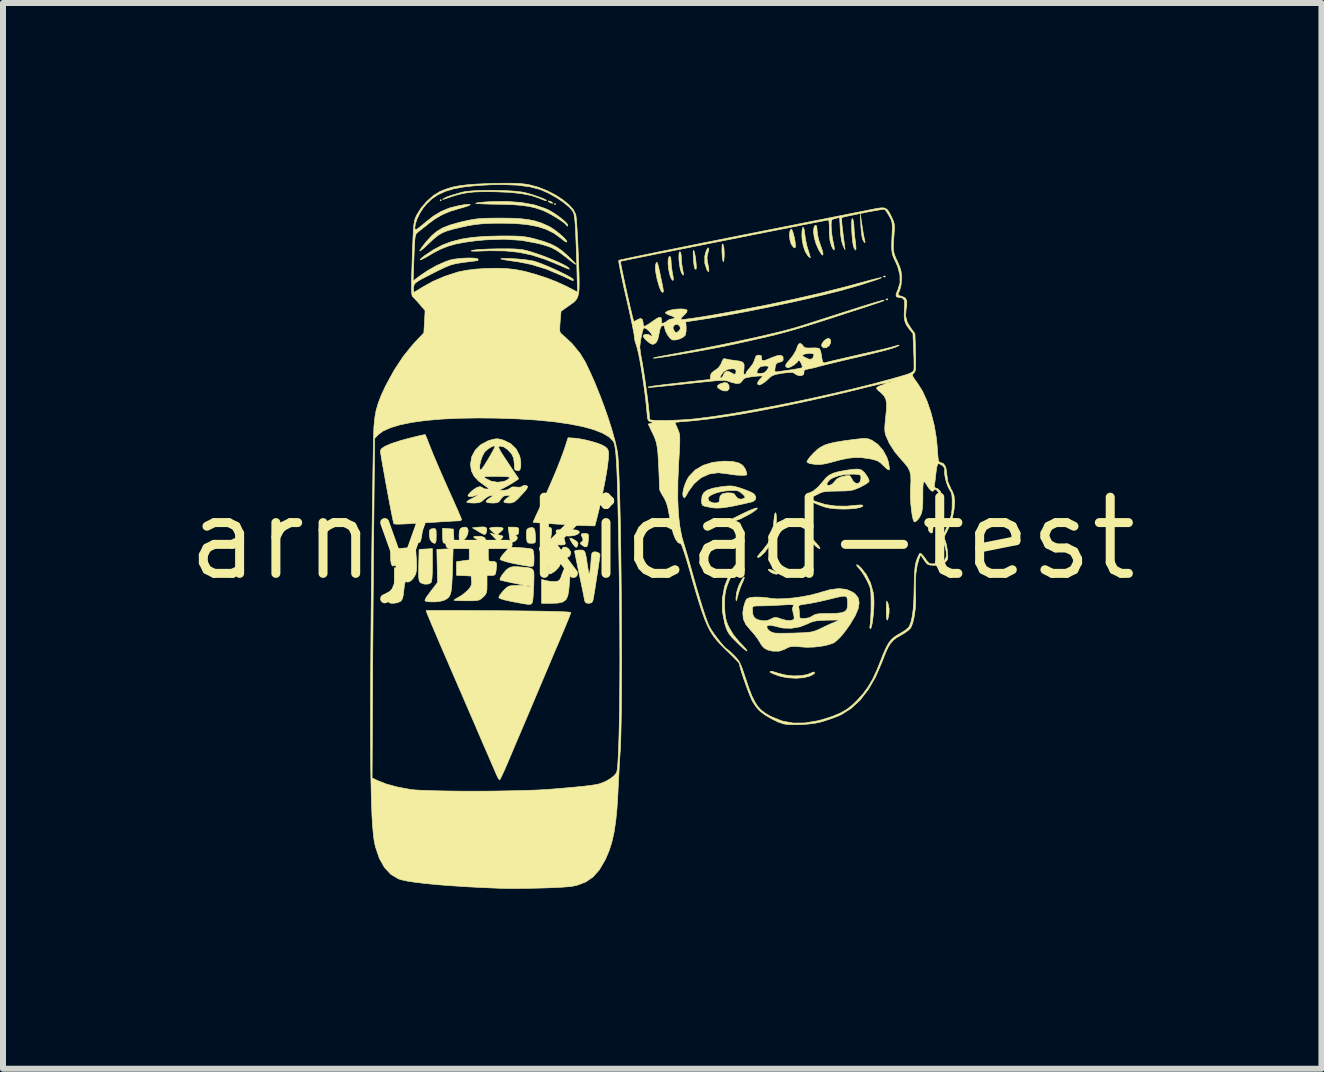
<source format=kicad_pcb>
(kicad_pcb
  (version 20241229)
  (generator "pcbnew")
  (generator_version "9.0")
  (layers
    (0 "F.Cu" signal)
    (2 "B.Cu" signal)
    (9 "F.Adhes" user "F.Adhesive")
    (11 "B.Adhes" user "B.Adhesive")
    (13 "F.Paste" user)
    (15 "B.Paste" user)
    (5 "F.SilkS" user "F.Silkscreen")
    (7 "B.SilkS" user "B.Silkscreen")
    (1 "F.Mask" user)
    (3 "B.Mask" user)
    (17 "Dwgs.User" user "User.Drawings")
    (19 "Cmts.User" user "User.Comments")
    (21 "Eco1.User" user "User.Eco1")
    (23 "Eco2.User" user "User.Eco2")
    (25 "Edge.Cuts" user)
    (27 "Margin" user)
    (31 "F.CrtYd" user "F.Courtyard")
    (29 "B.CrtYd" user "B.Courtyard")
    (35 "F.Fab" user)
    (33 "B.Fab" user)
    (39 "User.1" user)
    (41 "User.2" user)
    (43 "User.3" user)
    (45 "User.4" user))
  (footprint "arny-kicad-test"
    (layer "F.Cu")
    (at 7.99 5.929)
    (property "Reference" "arny-kicad-test" (at 0 0 0) (layer "F.SilkS") (effects (font (size 1.27 1.27) (thickness 0.15))))
    (attr through_hole)
    (fp_poly (pts (xy -3.683 -5.641) (xy -3.694 -5.63) (xy -3.704 -5.641) (xy -3.694 -5.652) (xy -3.683 -5.641)) (stroke (width 0.01) (type solid)) (fill yes) (layer "F.SilkS"))
    (fp_poly (pts (xy -1.778 -5.577) (xy -1.789 -5.567) (xy -1.799 -5.577) (xy -1.789 -5.588) (xy -1.778 -5.577)) (stroke (width 0.01) (type solid)) (fill yes) (layer "F.SilkS"))
    (fp_poly (pts (xy 3.718 -4.374) (xy 3.715 -4.362) (xy 3.704 -4.36) (xy 3.687 -4.368) (xy 3.69 -4.374) (xy 3.715 -4.377) (xy 3.718 -4.374)) (stroke (width 0.01) (type solid)) (fill yes) (layer "F.SilkS"))
    (fp_poly (pts (xy 3.761 -3.993) (xy 3.758 -3.981) (xy 3.747 -3.979) (xy 3.729 -3.987) (xy 3.732 -3.993) (xy 3.758 -3.996) (xy 3.761 -3.993)) (stroke (width 0.01) (type solid)) (fill yes) (layer "F.SilkS"))
    (fp_poly (pts (xy -1.692 -0.144) (xy -1.622 -0.138) (xy -1.732 -0.011) (xy -1.756 -0.072) (xy -1.771 -0.121) (xy -1.762 -0.143) (xy -1.721 -0.147) (xy -1.692 -0.144)) (stroke (width 0.01) (type solid)) (fill yes) (layer "F.SilkS"))
    (fp_poly (pts (xy -1.86 -5.619) (xy -1.841 -5.609) (xy -1.825 -5.592) (xy -1.831 -5.589) (xy -1.866 -5.599) (xy -1.884 -5.609) (xy -1.901 -5.626) (xy -1.894 -5.63) (xy -1.86 -5.619)) (stroke (width 0.01) (type solid)) (fill yes) (layer "F.SilkS"))
    (fp_poly (pts (xy -3.482 -0.159) (xy -3.469 0.085) (xy -3.551 0.085) (xy -3.608 0.081) (xy -3.644 0.073) (xy -3.648 0.071) (xy -3.656 0.043) (xy -3.661 -0.013) (xy -3.662 -0.058) (xy -3.662 -0.172) (xy -3.482 -0.159)) (stroke (width 0.01) (type solid)) (fill yes) (layer "F.SilkS"))
    (fp_poly (pts (xy -2.938 -0.186) (xy -2.924 -0.158) (xy -2.929 -0.118) (xy -2.94 -0.083) (xy -2.957 -0.069) (xy -2.988 -0.076) (xy -3.042 -0.106) (xy -3.069 -0.123) (xy -3.164 -0.18) (xy -3.059 -0.191) (xy -2.981 -0.195) (xy -2.938 -0.186)) (stroke (width 0.01) (type solid)) (fill yes) (layer "F.SilkS"))
    (fp_poly (pts (xy -1.483 0.01) (xy -1.427 0.045) (xy -1.404 0.077) (xy -1.41 0.115) (xy -1.426 0.143) (xy -1.448 0.14) (xy -1.48 0.103) (xy -1.498 0.078) (xy -1.533 0.021) (xy -1.541 -0.007) (xy -1.521 -0.007) (xy -1.483 0.01)) (stroke (width 0.01) (type solid)) (fill yes) (layer "F.SilkS"))
    (fp_poly (pts (xy -2.966 -0.02) (xy -2.943 0.014) (xy -2.942 0.02) (xy -2.948 0.058) (xy -2.971 0.069) (xy -3.017 0.053) (xy -3.069 0.024) (xy -3.124 -0.008) (xy -3.145 -0.026) (xy -3.136 -0.034) (xy -3.104 -0.039) (xy -3.023 -0.039) (xy -2.966 -0.02)) (stroke (width 0.01) (type solid)) (fill yes) (layer "F.SilkS"))
    (fp_poly (pts (xy -1.599 0.144) (xy -1.556 0.175) (xy -1.528 0.22) (xy -1.524 0.242) (xy -1.541 0.289) (xy -1.581 0.315) (xy -1.631 0.314) (xy -1.672 0.286) (xy -1.687 0.241) (xy -1.68 0.189) (xy -1.655 0.149) (xy -1.643 0.142) (xy -1.599 0.144)) (stroke (width 0.01) (type solid)) (fill yes) (layer "F.SilkS"))
    (fp_poly (pts (xy 1.087 -2.593) (xy 1.113 -2.551) (xy 1.114 -2.548) (xy 1.114 -2.493) (xy 1.084 -2.463) (xy 1.03 -2.462) (xy 0.975 -2.482) (xy 0.927 -2.516) (xy 0.921 -2.547) (xy 0.957 -2.576) (xy 0.964 -2.579) (xy 1.038 -2.602) (xy 1.087 -2.593)) (stroke (width 0.01) (type solid)) (fill yes) (layer "F.SilkS"))
    (fp_poly (pts (xy 1.807 0.517) (xy 1.855 0.536) (xy 1.899 0.56) (xy 1.925 0.579) (xy 1.926 0.583) (xy 1.91 0.594) (xy 1.872 0.589) (xy 1.826 0.57) (xy 1.796 0.551) (xy 1.769 0.522) (xy 1.772 0.509) (xy 1.774 0.509) (xy 1.807 0.517)) (stroke (width 0.01) (type solid)) (fill yes) (layer "F.SilkS"))
    (fp_poly (pts (xy 2.494 0.434) (xy 2.498 0.445) (xy 2.48 0.463) (xy 2.462 0.466) (xy 2.42 0.479) (xy 2.388 0.501) (xy 2.36 0.524) (xy 2.35 0.517) (xy 2.349 0.501) (xy 2.368 0.464) (xy 2.413 0.435) (xy 2.465 0.423) (xy 2.494 0.434)) (stroke (width 0.01) (type solid)) (fill yes) (layer "F.SilkS"))
    (fp_poly (pts (xy 2.78 -3.338) (xy 2.807 -3.311) (xy 2.808 -3.265) (xy 2.784 -3.218) (xy 2.782 -3.216) (xy 2.734 -3.182) (xy 2.689 -3.18) (xy 2.658 -3.21) (xy 2.657 -3.212) (xy 2.663 -3.249) (xy 2.693 -3.291) (xy 2.734 -3.326) (xy 2.773 -3.34) (xy 2.78 -3.338)) (stroke (width 0.01) (type solid)) (fill yes) (layer "F.SilkS"))
    (fp_poly (pts (xy 3.751 1.053) (xy 3.765 1.083) (xy 3.783 1.17) (xy 3.781 1.245) (xy 3.767 1.322) (xy 3.756 1.358) (xy 3.746 1.353) (xy 3.739 1.308) (xy 3.736 1.224) (xy 3.736 1.204) (xy 3.736 1.115) (xy 3.738 1.064) (xy 3.743 1.045) (xy 3.751 1.053)) (stroke (width 0.01) (type solid)) (fill yes) (layer "F.SilkS"))
    (fp_poly (pts (xy 4.558 -0.318) (xy 4.55 -0.279) (xy 4.54 -0.261) (xy 4.517 -0.203) (xy 4.512 -0.154) (xy 4.507 -0.106) (xy 4.484 -0.091) (xy 4.454 -0.113) (xy 4.443 -0.134) (xy 4.428 -0.207) (xy 4.448 -0.274) (xy 4.487 -0.313) (xy 4.535 -0.331) (xy 4.558 -0.318)) (stroke (width 0.01) (type solid)) (fill yes) (layer "F.SilkS"))
    (fp_poly (pts (xy -1.88 -0.189) (xy -1.854 -0.177) (xy -1.843 -0.149) (xy -1.846 -0.094) (xy -1.859 -0.007) (xy -1.859 -0.005) (xy -1.873 0.085) (xy -1.942 0.043) (xy -1.986 0.011) (xy -2.006 -0.025) (xy -2.011 -0.083) (xy -2.011 -0.095) (xy -2.011 -0.191) (xy -1.926 -0.191) (xy -1.88 -0.189)) (stroke (width 0.01) (type solid)) (fill yes) (layer "F.SilkS"))
    (fp_poly (pts (xy -1.645 -0.021) (xy -1.634 0.005) (xy -1.622 0.048) (xy -1.616 0.085) (xy -1.628 0.101) (xy -1.668 0.106) (xy -1.694 0.106) (xy -1.75 0.103) (xy -1.773 0.09) (xy -1.774 0.07) (xy -1.755 0.04) (xy -1.719 0.008) (xy -1.678 -0.017) (xy -1.649 -0.023) (xy -1.645 -0.021)) (stroke (width 0.01) (type solid)) (fill yes) (layer "F.SilkS"))
    (fp_poly (pts (xy -1.429 -0.142) (xy -1.397 -0.128) (xy -1.379 -0.109) (xy -1.393 -0.087) (xy -1.408 -0.076) (xy -1.445 -0.059) (xy -1.499 -0.047) (xy -1.554 -0.042) (xy -1.595 -0.044) (xy -1.609 -0.054) (xy -1.6 -0.081) (xy -1.587 -0.107) (xy -1.55 -0.136) (xy -1.492 -0.148) (xy -1.429 -0.142)) (stroke (width 0.01) (type solid)) (fill yes) (layer "F.SilkS"))
    (fp_poly (pts (xy 1.011 -4.907) (xy 1.018 -4.891) (xy 1.029 -4.841) (xy 1.033 -4.768) (xy 1.033 -4.711) (xy 1.028 -4.644) (xy 1.022 -4.617) (xy 1.014 -4.627) (xy 1.011 -4.636) (xy 1.003 -4.686) (xy 0.997 -4.759) (xy 0.996 -4.815) (xy 0.998 -4.882) (xy 1.002 -4.911) (xy 1.011 -4.907)) (stroke (width 0.01) (type solid)) (fill yes) (layer "F.SilkS"))
    (fp_poly (pts (xy 3.331 -5.218) (xy 3.345 -5.127) (xy 3.359 -5.047) (xy 3.371 -4.992) (xy 3.374 -4.979) (xy 3.382 -4.94) (xy 3.374 -4.935) (xy 3.355 -4.961) (xy 3.342 -4.99) (xy 3.33 -5.038) (xy 3.32 -5.114) (xy 3.312 -5.204) (xy 3.311 -5.228) (xy 3.303 -5.408) (xy 3.331 -5.218)) (stroke (width 0.01) (type solid)) (fill yes) (layer "F.SilkS"))
    (fp_poly (pts (xy -3.247 -0.174) (xy -3.235 -0.133) (xy -3.242 -0.079) (xy -3.267 -0.024) (xy -3.297 0.011) (xy -3.339 0.045) (xy -3.368 0.062) (xy -3.371 0.063) (xy -3.38 0.044) (xy -3.385 -0.005) (xy -3.387 -0.051) (xy -3.382 -0.126) (xy -3.363 -0.169) (xy -3.324 -0.187) (xy -3.279 -0.191) (xy -3.247 -0.174)) (stroke (width 0.01) (type solid)) (fill yes) (layer "F.SilkS"))
    (fp_poly (pts (xy 0.527 -4.802) (xy 0.538 -4.768) (xy 0.551 -4.703) (xy 0.563 -4.61) (xy 0.563 -4.609) (xy 0.569 -4.53) (xy 0.565 -4.491) (xy 0.55 -4.493) (xy 0.541 -4.507) (xy 0.534 -4.536) (xy 0.526 -4.595) (xy 0.52 -4.674) (xy 0.518 -4.692) (xy 0.516 -4.767) (xy 0.519 -4.802) (xy 0.527 -4.802)) (stroke (width 0.01) (type solid)) (fill yes) (layer "F.SilkS"))
    (fp_poly (pts (xy 2.165 -5.143) (xy 2.182 -5.098) (xy 2.199 -5.034) (xy 2.213 -4.964) (xy 2.221 -4.898) (xy 2.223 -4.872) (xy 2.214 -4.847) (xy 2.192 -4.854) (xy 2.164 -4.888) (xy 2.146 -4.923) (xy 2.128 -4.989) (xy 2.121 -5.058) (xy 2.127 -5.118) (xy 2.144 -5.154) (xy 2.151 -5.159) (xy 2.165 -5.143)) (stroke (width 0.01) (type solid)) (fill yes) (layer "F.SilkS"))
    (fp_poly (pts (xy -4.025 -0.164) (xy -4.005 -0.145) (xy -4.002 -0.102) (xy -4.012 -0.028) (xy -4.018 0) (xy -4.032 0.05) (xy -4.055 0.068) (xy -4.08 0.067) (xy -4.108 0.059) (xy -4.122 0.037) (xy -4.127 -0.011) (xy -4.128 -0.054) (xy -4.126 -0.12) (xy -4.119 -0.155) (xy -4.1 -0.167) (xy -4.064 -0.169) (xy -4.025 -0.164)) (stroke (width 0.01) (type solid)) (fill yes) (layer "F.SilkS"))
    (fp_poly (pts (xy 0.142 -4.68) (xy 0.148 -4.622) (xy 0.148 -4.614) (xy 0.153 -4.542) (xy 0.165 -4.457) (xy 0.171 -4.423) (xy 0.184 -4.35) (xy 0.184 -4.31) (xy 0.172 -4.305) (xy 0.149 -4.337) (xy 0.124 -4.407) (xy 0.105 -4.498) (xy 0.097 -4.59) (xy 0.1 -4.65) (xy 0.113 -4.697) (xy 0.129 -4.706) (xy 0.142 -4.68)) (stroke (width 0.01) (type solid)) (fill yes) (layer "F.SilkS"))
    (fp_poly (pts (xy 1.364 0.671) (xy 1.342 0.725) (xy 1.334 0.739) (xy 1.304 0.811) (xy 1.274 0.899) (xy 1.261 0.947) (xy 1.245 1.011) (xy 1.235 1.037) (xy 1.231 1.028) (xy 1.229 0.992) (xy 1.241 0.896) (xy 1.274 0.789) (xy 1.322 0.693) (xy 1.324 0.689) (xy 1.355 0.649) (xy 1.368 0.644) (xy 1.364 0.671)) (stroke (width 0.01) (type solid)) (fill yes) (layer "F.SilkS"))
    (fp_poly (pts (xy 2.428 -0.089) (xy 2.457 -0.053) (xy 2.459 -0.05) (xy 2.502 0.003) (xy 2.557 0.065) (xy 2.58 0.09) (xy 2.617 0.135) (xy 2.631 0.163) (xy 2.625 0.169) (xy 2.596 0.155) (xy 2.55 0.118) (xy 2.505 0.074) (xy 2.456 0.016) (xy 2.423 -0.036) (xy 2.413 -0.067) (xy 2.416 -0.093) (xy 2.428 -0.089)) (stroke (width 0.01) (type solid)) (fill yes) (layer "F.SilkS"))
    (fp_poly (pts (xy -3.776 -0.157) (xy -3.769 -0.126) (xy -3.768 -0.064) (xy -3.768 -0.044) (xy -3.77 0.033) (xy -3.779 0.072) (xy -3.799 0.08) (xy -3.834 0.061) (xy -3.841 0.056) (xy -3.871 0.013) (xy -3.882 -0.063) (xy -3.882 -0.066) (xy -3.881 -0.124) (xy -3.87 -0.152) (xy -3.842 -0.163) (xy -3.826 -0.165) (xy -3.794 -0.167) (xy -3.776 -0.157)) (stroke (width 0.01) (type solid)) (fill yes) (layer "F.SilkS"))
    (fp_poly (pts (xy 0.309 -4.764) (xy 0.317 -4.711) (xy 0.318 -4.683) (xy 0.323 -4.597) (xy 0.336 -4.509) (xy 0.34 -4.49) (xy 0.353 -4.423) (xy 0.352 -4.392) (xy 0.34 -4.4) (xy 0.318 -4.44) (xy 0.302 -4.491) (xy 0.289 -4.56) (xy 0.28 -4.635) (xy 0.278 -4.705) (xy 0.281 -4.758) (xy 0.291 -4.783) (xy 0.293 -4.784) (xy 0.309 -4.764)) (stroke (width 0.01) (type solid)) (fill yes) (layer "F.SilkS"))
    (fp_poly (pts (xy 2.367 -5.148) (xy 2.377 -5.071) (xy 2.392 -4.973) (xy 2.415 -4.867) (xy 2.432 -4.813) (xy 2.453 -4.747) (xy 2.466 -4.7) (xy 2.468 -4.683) (xy 2.451 -4.692) (xy 2.428 -4.716) (xy 2.384 -4.786) (xy 2.351 -4.885) (xy 2.331 -4.997) (xy 2.328 -5.06) (xy 2.332 -5.143) (xy 2.341 -5.185) (xy 2.354 -5.187) (xy 2.367 -5.148)) (stroke (width 0.01) (type solid)) (fill yes) (layer "F.SilkS"))
    (fp_poly (pts (xy 2.578 -5.188) (xy 2.582 -5.133) (xy 2.59 -5.064) (xy 2.61 -4.975) (xy 2.636 -4.897) (xy 2.666 -4.81) (xy 2.68 -4.753) (xy 2.678 -4.726) (xy 2.661 -4.735) (xy 2.653 -4.744) (xy 2.604 -4.823) (xy 2.563 -4.92) (xy 2.534 -5.022) (xy 2.522 -5.115) (xy 2.529 -5.184) (xy 2.548 -5.223) (xy 2.566 -5.223) (xy 2.578 -5.188)) (stroke (width 0.01) (type solid)) (fill yes) (layer "F.SilkS"))
    (fp_poly (pts (xy -3.831 0.439) (xy -3.833 0.575) (xy -3.839 0.67) (xy -3.85 0.724) (xy -3.857 0.737) (xy -3.903 0.758) (xy -3.966 0.759) (xy -4.023 0.739) (xy -4.029 0.735) (xy -4.044 0.719) (xy -4.054 0.692) (xy -4.06 0.647) (xy -4.061 0.577) (xy -4.06 0.473) (xy -4.059 0.444) (xy -4.053 0.18) (xy -3.942 0.174) (xy -3.831 0.167) (xy -3.831 0.439)) (stroke (width 0.01) (type solid)) (fill yes) (layer "F.SilkS"))
    (fp_poly (pts (xy -2.137 -0.17) (xy -2.122 -0.128) (xy -2.114 -0.052) (xy -2.114 -0.042) (xy -2.112 0.024) (xy -2.117 0.06) (xy -2.134 0.074) (xy -2.16 0.078) (xy -2.211 0.077) (xy -2.238 0.071) (xy -2.255 0.043) (xy -2.264 -0.02) (xy -2.265 -0.052) (xy -2.263 -0.118) (xy -2.254 -0.154) (xy -2.232 -0.172) (xy -2.209 -0.179) (xy -2.164 -0.185) (xy -2.137 -0.17)) (stroke (width 0.01) (type solid)) (fill yes) (layer "F.SilkS"))
    (fp_poly (pts (xy -1.252 -0.083) (xy -1.234 -0.07) (xy -1.229 -0.036) (xy -1.232 0.025) (xy -1.241 0.099) (xy -1.258 0.136) (xy -1.29 0.137) (xy -1.33 0.114) (xy -1.362 0.088) (xy -1.361 0.07) (xy -1.343 0.054) (xy -1.319 0.026) (xy -1.328 -0.011) (xy -1.331 -0.016) (xy -1.351 -0.061) (xy -1.343 -0.08) (xy -1.299 -0.085) (xy -1.29 -0.085) (xy -1.252 -0.083)) (stroke (width 0.01) (type solid)) (fill yes) (layer "F.SilkS"))
    (fp_poly (pts (xy 0.777 -4.83) (xy 0.774 -4.805) (xy 0.758 -4.747) (xy 0.75 -4.719) (xy 0.747 -4.673) (xy 0.755 -4.607) (xy 0.763 -4.57) (xy 0.776 -4.5) (xy 0.777 -4.459) (xy 0.767 -4.45) (xy 0.746 -4.478) (xy 0.745 -4.48) (xy 0.71 -4.589) (xy 0.71 -4.708) (xy 0.72 -4.754) (xy 0.74 -4.81) (xy 0.759 -4.843) (xy 0.766 -4.847) (xy 0.777 -4.83)) (stroke (width 0.01) (type solid)) (fill yes) (layer "F.SilkS"))
    (fp_poly (pts (xy -2.424 -0.188) (xy -2.399 -0.176) (xy -2.392 -0.144) (xy -2.392 -0.127) (xy -2.4 -0.078) (xy -2.427 -0.062) (xy -2.429 -0.062) (xy -2.449 -0.056) (xy -2.439 -0.049) (xy -2.415 -0.023) (xy -2.422 0.013) (xy -2.454 0.042) (xy -2.496 0.061) (xy -2.518 0.057) (xy -2.529 0.043) (xy -2.539 0.011) (xy -2.549 -0.047) (xy -2.554 -0.084) (xy -2.567 -0.191) (xy -2.479 -0.191) (xy -2.424 -0.188)) (stroke (width 0.01) (type solid)) (fill yes) (layer "F.SilkS"))
    (fp_poly (pts (xy 3.173 -5.334) (xy 3.187 -5.294) (xy 3.195 -5.232) (xy 3.196 -5.207) (xy 3.2 -5.135) (xy 3.208 -5.042) (xy 3.218 -4.966) (xy 3.229 -4.875) (xy 3.23 -4.823) (xy 3.221 -4.81) (xy 3.203 -4.838) (xy 3.193 -4.86) (xy 3.182 -4.903) (xy 3.173 -4.968) (xy 3.165 -5.047) (xy 3.16 -5.131) (xy 3.158 -5.211) (xy 3.158 -5.278) (xy 3.162 -5.323) (xy 3.17 -5.337) (xy 3.173 -5.334)) (stroke (width 0.01) (type solid)) (fill yes) (layer "F.SilkS"))
    (fp_poly (pts (xy -0.079 -4.592) (xy -0.067 -4.551) (xy -0.05 -4.48) (xy -0.028 -4.373) (xy -0.023 -4.349) (xy -0.001 -4.246) (xy 0.012 -4.177) (xy 0.018 -4.136) (xy 0.018 -4.115) (xy 0.012 -4.107) (xy 0.002 -4.106) (xy -0.016 -4.125) (xy -0.038 -4.171) (xy -0.051 -4.207) (xy -0.085 -4.324) (xy -0.106 -4.431) (xy -0.115 -4.518) (xy -0.108 -4.576) (xy -0.107 -4.577) (xy -0.097 -4.6) (xy -0.088 -4.606) (xy -0.079 -4.592)) (stroke (width 0.01) (type solid)) (fill yes) (layer "F.SilkS"))
    (fp_poly (pts (xy -3.497 0.535) (xy -3.503 0.682) (xy -3.509 0.793) (xy -3.519 0.874) (xy -3.534 0.932) (xy -3.555 0.971) (xy -3.585 1) (xy -3.624 1.022) (xy -3.633 1.027) (xy -3.7 1.045) (xy -3.788 1.055) (xy -3.879 1.054) (xy -3.942 1.044) (xy -3.955 1.034) (xy -3.95 1.01) (xy -3.925 0.968) (xy -3.875 0.9) (xy -3.861 0.882) (xy -3.745 0.73) (xy -3.757 0.18) (xy -3.622 0.174) (xy -3.486 0.167) (xy -3.497 0.535)) (stroke (width 0.01) (type solid)) (fill yes) (layer "F.SilkS"))
    (fp_poly (pts (xy -1.971 0.161) (xy -1.889 0.194) (xy -1.806 0.24) (xy -1.737 0.291) (xy -1.693 0.34) (xy -1.691 0.342) (xy -1.686 0.394) (xy -1.711 0.456) (xy -1.76 0.518) (xy -1.797 0.549) (xy -1.855 0.585) (xy -1.888 0.589) (xy -1.898 0.561) (xy -1.893 0.52) (xy -1.89 0.476) (xy -1.9 0.433) (xy -1.928 0.379) (xy -1.966 0.32) (xy -2.02 0.237) (xy -2.048 0.182) (xy -2.051 0.154) (xy -2.037 0.148) (xy -1.971 0.161)) (stroke (width 0.01) (type solid)) (fill yes) (layer "F.SilkS"))
    (fp_poly (pts (xy 1.897 -0.418) (xy 1.903 -0.365) (xy 1.904 -0.303) (xy 1.889 -0.163) (xy 1.849 -0.019) (xy 1.789 0.113) (xy 1.715 0.221) (xy 1.7 0.236) (xy 1.64 0.294) (xy 1.602 0.317) (xy 1.588 0.306) (xy 1.587 0.304) (xy 1.601 0.282) (xy 1.635 0.24) (xy 1.674 0.197) (xy 1.764 0.078) (xy 1.823 -0.05) (xy 1.853 -0.199) (xy 1.858 -0.26) (xy 1.867 -0.351) (xy 1.877 -0.41) (xy 1.888 -0.432) (xy 1.897 -0.418)) (stroke (width 0.01) (type solid)) (fill yes) (layer "F.SilkS"))
    (fp_poly (pts (xy 1.587 -0.508) (xy 1.576 -0.491) (xy 1.531 -0.456) (xy 1.483 -0.424) (xy 1.31 -0.331) (xy 1.135 -0.268) (xy 0.965 -0.239) (xy 0.807 -0.245) (xy 0.788 -0.248) (xy 0.746 -0.26) (xy 0.743 -0.27) (xy 0.776 -0.279) (xy 0.842 -0.285) (xy 0.915 -0.287) (xy 1.01 -0.289) (xy 1.08 -0.299) (xy 1.143 -0.318) (xy 1.215 -0.352) (xy 1.222 -0.356) (xy 1.342 -0.416) (xy 1.441 -0.462) (xy 1.517 -0.493) (xy 1.566 -0.509) (xy 1.587 -0.508)) (stroke (width 0.01) (type solid)) (fill yes) (layer "F.SilkS"))
    (fp_poly (pts (xy -2.688 -0.187) (xy -2.653 -0.174) (xy -2.656 -0.15) (xy -2.696 -0.112) (xy -2.699 -0.11) (xy -2.752 -0.068) (xy -2.696 -0.054) (xy -2.658 -0.042) (xy -2.657 -0.024) (xy -2.678 0.001) (xy -2.71 0.032) (xy -2.736 0.037) (xy -2.767 0.016) (xy -2.806 -0.024) (xy -2.868 -0.09) (xy -2.815 -0.076) (xy -2.762 -0.061) (xy -2.82 -0.107) (xy -2.86 -0.142) (xy -2.878 -0.169) (xy -2.879 -0.171) (xy -2.86 -0.182) (xy -2.81 -0.189) (xy -2.762 -0.191) (xy -2.688 -0.187)) (stroke (width 0.01) (type solid)) (fill yes) (layer "F.SilkS"))
    (fp_poly (pts (xy -1.534 0.422) (xy -1.532 0.479) (xy -1.535 0.568) (xy -1.542 0.682) (xy -1.554 0.818) (xy -1.558 0.865) (xy -1.575 0.957) (xy -1.606 1.019) (xy -1.658 1.057) (xy -1.739 1.075) (xy -1.841 1.079) (xy -2.011 1.079) (xy -2.011 0.681) (xy -1.936 0.701) (xy -1.86 0.714) (xy -1.784 0.716) (xy -1.74 0.709) (xy -1.712 0.691) (xy -1.69 0.652) (xy -1.672 0.597) (xy -1.638 0.512) (xy -1.598 0.446) (xy -1.56 0.408) (xy -1.541 0.402) (xy -1.534 0.422)) (stroke (width 0.01) (type solid)) (fill yes) (layer "F.SilkS"))
    (fp_poly (pts (xy -2.365 0.152) (xy -2.281 0.158) (xy -2.211 0.166) (xy -2.169 0.175) (xy -2.164 0.177) (xy -2.148 0.208) (xy -2.139 0.273) (xy -2.138 0.329) (xy -2.139 0.403) (xy -2.144 0.443) (xy -2.157 0.461) (xy -2.183 0.464) (xy -2.196 0.464) (xy -2.241 0.458) (xy -2.315 0.446) (xy -2.408 0.429) (xy -2.475 0.416) (xy -2.566 0.395) (xy -2.641 0.374) (xy -2.689 0.356) (xy -2.704 0.346) (xy -2.694 0.319) (xy -2.662 0.273) (xy -2.626 0.232) (xy -2.541 0.143) (xy -2.365 0.152)) (stroke (width 0.01) (type solid)) (fill yes) (layer "F.SilkS"))
    (fp_poly (pts (xy 1.827 2.213) (xy 1.878 2.226) (xy 1.939 2.246) (xy 2.056 2.275) (xy 2.185 2.289) (xy 2.31 2.286) (xy 2.417 2.266) (xy 2.444 2.256) (xy 2.501 2.233) (xy 2.53 2.224) (xy 2.539 2.23) (xy 2.54 2.241) (xy 2.522 2.26) (xy 2.477 2.285) (xy 2.455 2.294) (xy 2.357 2.319) (xy 2.235 2.328) (xy 2.105 2.321) (xy 1.984 2.3) (xy 1.926 2.282) (xy 1.853 2.254) (xy 1.813 2.236) (xy 1.798 2.224) (xy 1.801 2.214) (xy 1.803 2.212) (xy 1.827 2.213)) (stroke (width 0.01) (type solid)) (fill yes) (layer "F.SilkS"))
    (fp_poly (pts (xy 2.484 -0.645) (xy 2.533 -0.629) (xy 2.572 -0.614) (xy 2.72 -0.568) (xy 2.892 -0.543) (xy 3.077 -0.541) (xy 3.155 -0.548) (xy 3.253 -0.558) (xy 3.314 -0.561) (xy 3.343 -0.556) (xy 3.344 -0.544) (xy 3.338 -0.537) (xy 3.297 -0.518) (xy 3.223 -0.503) (xy 3.126 -0.495) (xy 3.016 -0.492) (xy 2.903 -0.496) (xy 2.796 -0.508) (xy 2.778 -0.51) (xy 2.716 -0.525) (xy 2.645 -0.549) (xy 2.574 -0.577) (xy 2.513 -0.605) (xy 2.472 -0.63) (xy 2.46 -0.647) (xy 2.461 -0.648) (xy 2.484 -0.645)) (stroke (width 0.01) (type solid)) (fill yes) (layer "F.SilkS"))
    (fp_poly (pts (xy -2.586 -4.67) (xy -2.519 -4.668) (xy -2.404 -4.661) (xy -2.289 -4.65) (xy -2.189 -4.635) (xy -2.138 -4.625) (xy -2.073 -4.604) (xy -1.989 -4.572) (xy -1.892 -4.532) (xy -1.791 -4.487) (xy -1.693 -4.441) (xy -1.605 -4.397) (xy -1.536 -4.359) (xy -1.493 -4.331) (xy -1.482 -4.318) (xy -1.481 -4.307) (xy -1.484 -4.301) (xy -1.498 -4.304) (xy -1.529 -4.317) (xy -1.584 -4.343) (xy -1.671 -4.384) (xy -1.672 -4.384) (xy -1.932 -4.493) (xy -2.186 -4.571) (xy -2.402 -4.614) (xy -2.537 -4.633) (xy -2.63 -4.648) (xy -2.681 -4.659) (xy -2.691 -4.666) (xy -2.659 -4.67) (xy -2.586 -4.67)) (stroke (width 0.01) (type solid)) (fill yes) (layer "F.SilkS"))
    (fp_poly (pts (xy 1.18 -1.284) (xy 1.276 -1.261) (xy 1.342 -1.221) (xy 1.385 -1.16) (xy 1.388 -1.152) (xy 1.406 -1.1) (xy 1.411 -1.067) (xy 1.409 -1.063) (xy 1.38 -1.056) (xy 1.322 -1.055) (xy 1.247 -1.058) (xy 1.169 -1.066) (xy 1.099 -1.078) (xy 1.093 -1.079) (xy 0.931 -1.098) (xy 0.783 -1.076) (xy 0.648 -1.015) (xy 0.532 -0.917) (xy 0.434 -0.782) (xy 0.415 -0.746) (xy 0.386 -0.695) (xy 0.366 -0.68) (xy 0.351 -0.699) (xy 0.346 -0.709) (xy 0.343 -0.759) (xy 0.357 -0.833) (xy 0.384 -0.915) (xy 0.419 -0.993) (xy 0.445 -1.034) (xy 0.549 -1.143) (xy 0.683 -1.222) (xy 0.844 -1.272) (xy 1.031 -1.291) (xy 1.05 -1.291) (xy 1.18 -1.284)) (stroke (width 0.01) (type solid)) (fill yes) (layer "F.SilkS"))
    (fp_poly (pts (xy -2.348 -5.603) (xy -2.13 -5.563) (xy -1.944 -5.5) (xy -1.894 -5.477) (xy -1.827 -5.439) (xy -1.753 -5.39) (xy -1.681 -5.336) (xy -1.622 -5.286) (xy -1.586 -5.248) (xy -1.579 -5.238) (xy -1.575 -5.209) (xy -1.59 -5.217) (xy -1.598 -5.228) (xy -1.629 -5.259) (xy -1.688 -5.302) (xy -1.763 -5.351) (xy -1.847 -5.4) (xy -1.927 -5.443) (xy -1.988 -5.471) (xy -2.096 -5.508) (xy -2.211 -5.536) (xy -2.34 -5.555) (xy -2.492 -5.567) (xy -2.676 -5.573) (xy -2.751 -5.574) (xy -2.869 -5.576) (xy -2.971 -5.579) (xy -3.05 -5.583) (xy -3.099 -5.587) (xy -3.111 -5.59) (xy -3.092 -5.596) (xy -3.038 -5.604) (xy -2.958 -5.611) (xy -2.863 -5.617) (xy -2.593 -5.621) (xy -2.348 -5.603)) (stroke (width 0.01) (type solid)) (fill yes) (layer "F.SilkS"))
    (fp_poly (pts (xy 3.252 0.437) (xy 3.286 0.462) (xy 3.313 0.487) (xy 3.403 0.601) (xy 3.473 0.742) (xy 3.517 0.898) (xy 3.527 0.976) (xy 3.53 1.056) (xy 3.528 1.15) (xy 3.521 1.248) (xy 3.511 1.341) (xy 3.499 1.421) (xy 3.485 1.478) (xy 3.472 1.502) (xy 3.47 1.503) (xy 3.461 1.485) (xy 3.465 1.441) (xy 3.467 1.434) (xy 3.473 1.386) (xy 3.477 1.307) (xy 3.481 1.208) (xy 3.482 1.1) (xy 3.481 0.988) (xy 3.479 0.908) (xy 3.472 0.849) (xy 3.46 0.801) (xy 3.439 0.751) (xy 3.411 0.693) (xy 3.368 0.617) (xy 3.325 0.55) (xy 3.29 0.506) (xy 3.289 0.506) (xy 3.254 0.467) (xy 3.239 0.438) (xy 3.239 0.437) (xy 3.252 0.437)) (stroke (width 0.01) (type solid)) (fill yes) (layer "F.SilkS"))
    (fp_poly (pts (xy 1.236 0.452) (xy 1.214 0.503) (xy 1.178 0.574) (xy 1.112 0.707) (xy 1.069 0.823) (xy 1.046 0.937) (xy 1.039 1.064) (xy 1.04 1.138) (xy 1.046 1.243) (xy 1.056 1.321) (xy 1.073 1.386) (xy 1.101 1.455) (xy 1.114 1.482) (xy 1.188 1.605) (xy 1.286 1.724) (xy 1.303 1.741) (xy 1.358 1.798) (xy 1.397 1.844) (xy 1.414 1.871) (xy 1.414 1.874) (xy 1.395 1.865) (xy 1.353 1.832) (xy 1.295 1.779) (xy 1.246 1.731) (xy 1.173 1.658) (xy 1.124 1.601) (xy 1.091 1.549) (xy 1.066 1.49) (xy 1.042 1.416) (xy 1.002 1.208) (xy 1.002 1) (xy 1.04 0.796) (xy 1.116 0.604) (xy 1.19 0.48) (xy 1.224 0.437) (xy 1.239 0.429) (xy 1.236 0.452)) (stroke (width 0.01) (type solid)) (fill yes) (layer "F.SilkS"))
    (fp_poly (pts (xy -2.473 -4.829) (xy -2.394 -4.824) (xy -2.328 -4.816) (xy -2.265 -4.802) (xy -2.195 -4.783) (xy -2.177 -4.777) (xy -2.071 -4.742) (xy -1.957 -4.701) (xy -1.844 -4.656) (xy -1.739 -4.611) (xy -1.652 -4.57) (xy -1.591 -4.536) (xy -1.569 -4.52) (xy -1.55 -4.5) (xy -1.547 -4.492) (xy -1.566 -4.496) (xy -1.611 -4.514) (xy -1.688 -4.547) (xy -1.721 -4.562) (xy -1.957 -4.658) (xy -2.176 -4.728) (xy -2.391 -4.773) (xy -2.616 -4.796) (xy -2.864 -4.799) (xy -2.942 -4.797) (xy -3.059 -4.793) (xy -3.136 -4.792) (xy -3.177 -4.793) (xy -3.184 -4.798) (xy -3.16 -4.806) (xy -3.154 -4.807) (xy -3.1 -4.815) (xy -3.013 -4.821) (xy -2.904 -4.827) (xy -2.782 -4.83) (xy -2.709 -4.831) (xy -2.575 -4.831) (xy -2.473 -4.829)) (stroke (width 0.01) (type solid)) (fill yes) (layer "F.SilkS"))
    (fp_poly (pts (xy -2.733 -5.805) (xy -2.586 -5.8) (xy -2.453 -5.791) (xy -2.343 -5.778) (xy -2.307 -5.772) (xy -2.243 -5.756) (xy -2.17 -5.735) (xy -2.094 -5.709) (xy -2.024 -5.684) (xy -1.968 -5.661) (xy -1.935 -5.643) (xy -1.931 -5.634) (xy -1.937 -5.634) (xy -1.967 -5.641) (xy -2.021 -5.662) (xy -2.053 -5.676) (xy -2.18 -5.719) (xy -2.342 -5.751) (xy -2.54 -5.772) (xy -2.777 -5.782) (xy -2.836 -5.783) (xy -2.998 -5.783) (xy -3.129 -5.779) (xy -3.238 -5.768) (xy -3.337 -5.751) (xy -3.436 -5.725) (xy -3.503 -5.704) (xy -3.587 -5.676) (xy -3.636 -5.66) (xy -3.658 -5.654) (xy -3.659 -5.657) (xy -3.644 -5.666) (xy -3.634 -5.673) (xy -3.61 -5.687) (xy -3.579 -5.7) (xy -3.532 -5.716) (xy -3.461 -5.738) (xy -3.359 -5.768) (xy -3.344 -5.773) (xy -3.269 -5.787) (xy -3.161 -5.797) (xy -3.03 -5.804) (xy -2.884 -5.806) (xy -2.733 -5.805)) (stroke (width 0.01) (type solid)) (fill yes) (layer "F.SilkS"))
    (fp_poly (pts (xy -1.468 -1.675) (xy -1.384 -1.665) (xy -1.281 -1.645) (xy -1.172 -1.618) (xy -1.074 -1.588) (xy -1.001 -1.559) (xy -0.997 -1.557) (xy -0.947 -1.528) (xy -0.915 -1.499) (xy -0.898 -1.46) (xy -0.893 -1.403) (xy -0.899 -1.319) (xy -0.909 -1.231) (xy -0.925 -1.119) (xy -0.95 -0.977) (xy -0.981 -0.818) (xy -1.016 -0.653) (xy -1.051 -0.494) (xy -1.086 -0.353) (xy -1.099 -0.302) (xy -1.123 -0.212) (xy -1.266 -0.215) (xy -1.335 -0.218) (xy -1.436 -0.223) (xy -1.559 -0.23) (xy -1.691 -0.238) (xy -1.778 -0.243) (xy -1.898 -0.252) (xy -2.002 -0.259) (xy -2.084 -0.265) (xy -2.136 -0.27) (xy -2.152 -0.272) (xy -2.145 -0.291) (xy -2.123 -0.341) (xy -2.089 -0.416) (xy -2.046 -0.507) (xy -2.034 -0.534) (xy -1.938 -0.74) (xy -1.849 -0.943) (xy -1.768 -1.134) (xy -1.699 -1.307) (xy -1.645 -1.452) (xy -1.628 -1.502) (xy -1.57 -1.681) (xy -1.468 -1.675)) (stroke (width 0.01) (type solid)) (fill yes) (layer "F.SilkS"))
    (fp_poly (pts (xy 3.422 -1.666) (xy 3.456 -1.656) (xy 3.494 -1.639) (xy 3.503 -1.634) (xy 3.597 -1.569) (xy 3.68 -1.473) (xy 3.743 -1.36) (xy 3.77 -1.278) (xy 3.782 -1.212) (xy 3.787 -1.162) (xy 3.786 -1.146) (xy 3.769 -1.147) (xy 3.732 -1.174) (xy 3.691 -1.213) (xy 3.636 -1.266) (xy 3.584 -1.298) (xy 3.517 -1.319) (xy 3.467 -1.329) (xy 3.334 -1.348) (xy 3.215 -1.352) (xy 3.093 -1.339) (xy 2.954 -1.309) (xy 2.884 -1.29) (xy 2.772 -1.26) (xy 2.688 -1.242) (xy 2.619 -1.235) (xy 2.555 -1.237) (xy 2.535 -1.239) (xy 2.458 -1.252) (xy 2.419 -1.27) (xy 2.413 -1.283) (xy 2.427 -1.312) (xy 2.464 -1.361) (xy 2.516 -1.419) (xy 2.524 -1.427) (xy 2.582 -1.482) (xy 2.64 -1.524) (xy 2.706 -1.558) (xy 2.788 -1.585) (xy 2.892 -1.608) (xy 3.026 -1.63) (xy 3.138 -1.645) (xy 3.249 -1.659) (xy 3.328 -1.668) (xy 3.382 -1.67) (xy 3.422 -1.666)) (stroke (width 0.01) (type solid)) (fill yes) (layer "F.SilkS"))
    (fp_poly (pts (xy -2.9 0.265) (xy -2.899 0.331) (xy -2.892 0.366) (xy -2.873 0.379) (xy -2.838 0.381) (xy -2.838 0.381) (xy -2.791 0.384) (xy -2.768 0.401) (xy -2.761 0.44) (xy -2.767 0.512) (xy -2.767 0.513) (xy -2.776 0.574) (xy -2.789 0.603) (xy -2.818 0.613) (xy -2.85 0.614) (xy -2.921 0.614) (xy -2.921 0.764) (xy -2.922 0.845) (xy -2.929 0.896) (xy -2.946 0.932) (xy -2.976 0.966) (xy -2.987 0.976) (xy -3.019 1.004) (xy -3.05 1.022) (xy -3.09 1.032) (xy -3.149 1.036) (xy -3.238 1.037) (xy -3.262 1.037) (xy -3.35 1.036) (xy -3.42 1.034) (xy -3.463 1.03) (xy -3.471 1.027) (xy -3.454 1.012) (xy -3.412 0.987) (xy -3.392 0.976) (xy -3.326 0.934) (xy -3.259 0.878) (xy -3.242 0.862) (xy -3.198 0.809) (xy -3.179 0.762) (xy -3.179 0.707) (xy -3.186 0.624) (xy -3.307 0.618) (xy -3.429 0.612) (xy -3.429 0.385) (xy -3.323 0.37) (xy -3.217 0.356) (xy -3.217 0.148) (xy -2.9 0.148) (xy -2.9 0.265)) (stroke (width 0.01) (type solid)) (fill yes) (layer "F.SilkS"))
    (fp_poly (pts (xy -2.546 -5.045) (xy -2.436 -5.043) (xy -2.349 -5.038) (xy -2.274 -5.029) (xy -2.204 -5.016) (xy -2.127 -4.997) (xy -1.977 -4.954) (xy -1.857 -4.91) (xy -1.757 -4.858) (xy -1.666 -4.794) (xy -1.574 -4.713) (xy -1.513 -4.653) (xy -1.468 -4.606) (xy -1.444 -4.578) (xy -1.442 -4.573) (xy -1.464 -4.585) (xy -1.509 -4.617) (xy -1.57 -4.664) (xy -1.587 -4.678) (xy -1.686 -4.754) (xy -1.766 -4.809) (xy -1.841 -4.849) (xy -1.924 -4.88) (xy -2.029 -4.91) (xy -2.076 -4.922) (xy -2.346 -4.972) (xy -2.636 -4.991) (xy -2.95 -4.98) (xy -3.109 -4.965) (xy -3.293 -4.94) (xy -3.445 -4.911) (xy -3.576 -4.873) (xy -3.697 -4.825) (xy -3.818 -4.762) (xy -3.859 -4.737) (xy -3.945 -4.687) (xy -4.004 -4.657) (xy -4.034 -4.647) (xy -4.032 -4.657) (xy -3.998 -4.688) (xy -3.955 -4.721) (xy -3.812 -4.816) (xy -3.668 -4.892) (xy -3.515 -4.95) (xy -3.348 -4.993) (xy -3.16 -5.022) (xy -2.944 -5.039) (xy -2.693 -5.045) (xy -2.688 -5.045) (xy -2.546 -5.045)) (stroke (width 0.01) (type solid)) (fill yes) (layer "F.SilkS"))
    (fp_poly (pts (xy -1.338 0.191) (xy -1.312 0.197) (xy -1.293 0.216) (xy -1.279 0.254) (xy -1.266 0.318) (xy -1.251 0.415) (xy -1.247 0.445) (xy -1.233 0.529) (xy -1.224 0.577) (xy -1.217 0.591) (xy -1.211 0.575) (xy -1.204 0.54) (xy -1.193 0.461) (xy -1.187 0.375) (xy -1.186 0.36) (xy -1.182 0.296) (xy -1.172 0.247) (xy -1.167 0.237) (xy -1.136 0.22) (xy -1.091 0.224) (xy -1.052 0.243) (xy -1.037 0.27) (xy -1.04 0.3) (xy -1.049 0.363) (xy -1.062 0.451) (xy -1.077 0.555) (xy -1.095 0.667) (xy -1.112 0.778) (xy -1.128 0.879) (xy -1.142 0.963) (xy -1.152 1.02) (xy -1.155 1.032) (xy -1.175 1.068) (xy -1.22 1.079) (xy -1.225 1.079) (xy -1.269 1.073) (xy -1.29 1.045) (xy -1.298 1.011) (xy -1.306 0.967) (xy -1.321 0.891) (xy -1.342 0.79) (xy -1.366 0.674) (xy -1.385 0.586) (xy -1.41 0.468) (xy -1.431 0.364) (xy -1.448 0.281) (xy -1.458 0.228) (xy -1.46 0.21) (xy -1.442 0.198) (xy -1.395 0.191) (xy -1.377 0.191) (xy -1.338 0.191)) (stroke (width 0.01) (type solid)) (fill yes) (layer "F.SilkS"))
    (fp_poly (pts (xy -2.408 0.469) (xy -2.36 0.473) (xy -2.26 0.482) (xy -2.196 0.493) (xy -2.159 0.514) (xy -2.142 0.551) (xy -2.138 0.612) (xy -2.139 0.685) (xy -2.142 0.787) (xy -2.147 0.891) (xy -2.153 0.976) (xy -2.153 0.979) (xy -2.16 1.041) (xy -2.171 1.078) (xy -2.196 1.095) (xy -2.241 1.096) (xy -2.317 1.085) (xy -2.36 1.077) (xy -2.509 1.049) (xy -2.617 1.025) (xy -2.687 1.005) (xy -2.721 0.988) (xy -2.724 0.983) (xy -2.715 0.956) (xy -2.683 0.911) (xy -2.65 0.872) (xy -2.602 0.823) (xy -2.564 0.797) (xy -2.563 0.796) (xy -2.268 0.796) (xy -2.24 0.8) (xy -2.233 0.8) (xy -2.197 0.798) (xy -2.194 0.791) (xy -2.196 0.79) (xy -2.238 0.786) (xy -2.259 0.79) (xy -2.268 0.796) (xy -2.563 0.796) (xy -2.518 0.785) (xy -2.448 0.781) (xy -2.432 0.781) (xy -2.297 0.778) (xy -2.496 0.738) (xy -2.583 0.72) (xy -2.652 0.704) (xy -2.696 0.693) (xy -2.705 0.689) (xy -2.702 0.665) (xy -2.679 0.622) (xy -2.642 0.571) (xy -2.601 0.525) (xy -2.568 0.497) (xy -2.528 0.477) (xy -2.479 0.468) (xy -2.408 0.469)) (stroke (width 0.01) (type solid)) (fill yes) (layer "F.SilkS"))
    (fp_poly (pts (xy -3.95 -1.733) (xy -3.941 -1.711) (xy -3.919 -1.658) (xy -3.889 -1.582) (xy -3.854 -1.492) (xy -3.818 -1.403) (xy -3.768 -1.285) (xy -3.709 -1.147) (xy -3.644 -0.999) (xy -3.578 -0.85) (xy -3.554 -0.796) (xy -3.495 -0.666) (xy -3.443 -0.548) (xy -3.399 -0.449) (xy -3.367 -0.373) (xy -3.348 -0.327) (xy -3.344 -0.314) (xy -3.362 -0.299) (xy -3.383 -0.296) (xy -3.417 -0.295) (xy -3.485 -0.292) (xy -3.579 -0.286) (xy -3.69 -0.28) (xy -3.759 -0.275) (xy -3.951 -0.264) (xy -4.105 -0.255) (xy -4.225 -0.248) (xy -4.316 -0.243) (xy -4.381 -0.241) (xy -4.425 -0.241) (xy -4.453 -0.243) (xy -4.468 -0.246) (xy -4.475 -0.251) (xy -4.475 -0.252) (xy -4.482 -0.277) (xy -4.495 -0.338) (xy -4.513 -0.427) (xy -4.535 -0.538) (xy -4.559 -0.665) (xy -4.584 -0.801) (xy -4.61 -0.94) (xy -4.634 -1.076) (xy -4.656 -1.2) (xy -4.675 -1.308) (xy -4.689 -1.393) (xy -4.697 -1.448) (xy -4.699 -1.465) (xy -4.678 -1.502) (xy -4.615 -1.542) (xy -4.511 -1.586) (xy -4.366 -1.633) (xy -4.216 -1.674) (xy -4.118 -1.698) (xy -4.035 -1.718) (xy -3.977 -1.73) (xy -3.951 -1.733) (xy -3.95 -1.733)) (stroke (width 0.01) (type solid)) (fill yes) (layer "F.SilkS"))
    (fp_poly (pts (xy -2.513 -5.341) (xy -2.36 -5.333) (xy -2.232 -5.318) (xy -2.121 -5.295) (xy -2.018 -5.262) (xy -1.914 -5.217) (xy -1.894 -5.208) (xy -1.833 -5.172) (xy -1.765 -5.124) (xy -1.699 -5.071) (xy -1.642 -5.02) (xy -1.603 -4.977) (xy -1.589 -4.948) (xy -1.59 -4.943) (xy -1.611 -4.949) (xy -1.653 -4.978) (xy -1.688 -5.007) (xy -1.802 -5.09) (xy -1.931 -5.155) (xy -2.079 -5.203) (xy -2.252 -5.235) (xy -2.455 -5.253) (xy -2.656 -5.258) (xy -2.83 -5.257) (xy -2.974 -5.251) (xy -3.104 -5.238) (xy -3.231 -5.218) (xy -3.37 -5.187) (xy -3.482 -5.16) (xy -3.581 -5.132) (xy -3.659 -5.101) (xy -3.729 -5.061) (xy -3.802 -5.004) (xy -3.888 -4.924) (xy -3.911 -4.903) (xy -3.969 -4.848) (xy -4.014 -4.811) (xy -4.04 -4.795) (xy -4.043 -4.797) (xy -4.03 -4.822) (xy -3.996 -4.871) (xy -3.946 -4.934) (xy -3.92 -4.965) (xy -3.839 -5.053) (xy -3.756 -5.122) (xy -3.663 -5.178) (xy -3.549 -5.224) (xy -3.406 -5.265) (xy -3.323 -5.286) (xy -3.228 -5.307) (xy -3.145 -5.322) (xy -3.064 -5.333) (xy -2.974 -5.339) (xy -2.865 -5.342) (xy -2.726 -5.343) (xy -2.699 -5.343) (xy -2.513 -5.341)) (stroke (width 0.01) (type solid)) (fill yes) (layer "F.SilkS"))
    (fp_poly (pts (xy -4.099 0.337) (xy -4.094 0.449) (xy -4.097 0.529) (xy -4.109 0.587) (xy -4.115 0.602) (xy -4.151 0.663) (xy -4.195 0.707) (xy -4.239 0.726) (xy -4.266 0.719) (xy -4.281 0.718) (xy -4.292 0.747) (xy -4.302 0.811) (xy -4.307 0.857) (xy -4.317 0.944) (xy -4.331 1) (xy -4.35 1.034) (xy -4.367 1.048) (xy -4.414 1.068) (xy -4.473 1.078) (xy -4.527 1.077) (xy -4.558 1.064) (xy -4.559 1.063) (xy -4.558 1.03) (xy -4.525 0.999) (xy -4.503 0.989) (xy -4.487 0.978) (xy -4.476 0.955) (xy -4.47 0.912) (xy -4.467 0.842) (xy -4.466 0.738) (xy -4.466 0.731) (xy -4.466 0.487) (xy -4.381 0.487) (xy -4.326 0.49) (xy -4.302 0.505) (xy -4.297 0.529) (xy -4.287 0.564) (xy -4.274 0.572) (xy -4.261 0.553) (xy -4.258 0.504) (xy -4.259 0.492) (xy -4.265 0.441) (xy -4.283 0.419) (xy -4.324 0.416) (xy -4.347 0.418) (xy -4.409 0.427) (xy -4.455 0.444) (xy -4.46 0.448) (xy -4.493 0.459) (xy -4.515 0.43) (xy -4.527 0.36) (xy -4.529 0.291) (xy -4.528 0.222) (xy -4.522 0.186) (xy -4.505 0.172) (xy -4.48 0.169) (xy -4.435 0.168) (xy -4.362 0.163) (xy -4.278 0.156) (xy -4.272 0.156) (xy -4.113 0.143) (xy -4.099 0.337)) (stroke (width 0.01) (type solid)) (fill yes) (layer "F.SilkS"))
    (fp_poly (pts (xy 3.695 -3.975) (xy 3.697 -3.972) (xy 3.694 -3.968) (xy 3.683 -3.962) (xy 3.661 -3.953) (xy 3.624 -3.94) (xy 3.568 -3.921) (xy 3.489 -3.895) (xy 3.385 -3.86) (xy 3.251 -3.817) (xy 3.084 -3.763) (xy 2.881 -3.697) (xy 2.879 -3.696) (xy 2.659 -3.625) (xy 2.472 -3.566) (xy 2.31 -3.516) (xy 2.165 -3.474) (xy 2.03 -3.436) (xy 1.897 -3.401) (xy 1.759 -3.368) (xy 1.608 -3.333) (xy 1.471 -3.302) (xy 1.267 -3.257) (xy 1.086 -3.218) (xy 0.917 -3.184) (xy 0.748 -3.152) (xy 0.568 -3.119) (xy 0.365 -3.084) (xy 0.222 -3.059) (xy 0.104 -3.04) (xy 0.003 -3.025) (xy -0.075 -3.014) (xy -0.127 -3.008) (xy -0.149 -3.008) (xy -0.137 -3.013) (xy -0.087 -3.025) (xy -0.085 -3.026) (xy -0.025 -3.038) (xy 0.057 -3.053) (xy 0.138 -3.068) (xy 0.393 -3.115) (xy 0.654 -3.164) (xy 0.915 -3.216) (xy 1.171 -3.269) (xy 1.417 -3.322) (xy 1.647 -3.373) (xy 1.857 -3.422) (xy 2.04 -3.467) (xy 2.193 -3.508) (xy 2.309 -3.543) (xy 2.313 -3.544) (xy 2.391 -3.569) (xy 2.503 -3.605) (xy 2.643 -3.65) (xy 2.805 -3.702) (xy 2.983 -3.759) (xy 3.171 -3.819) (xy 3.309 -3.863) (xy 3.428 -3.9) (xy 3.532 -3.932) (xy 3.616 -3.956) (xy 3.672 -3.971) (xy 3.695 -3.975) (xy 3.695 -3.975)) (stroke (width 0.01) (type solid)) (fill yes) (layer "F.SilkS"))
    (fp_poly (pts (xy 1.159 -0.877) (xy 1.222 -0.866) (xy 1.302 -0.842) (xy 1.329 -0.833) (xy 1.411 -0.803) (xy 1.481 -0.773) (xy 1.525 -0.748) (xy 1.53 -0.744) (xy 1.561 -0.697) (xy 1.554 -0.651) (xy 1.512 -0.617) (xy 1.492 -0.611) (xy 1.318 -0.571) (xy 1.178 -0.541) (xy 1.066 -0.522) (xy 0.976 -0.511) (xy 0.902 -0.509) (xy 0.836 -0.514) (xy 0.794 -0.522) (xy 0.737 -0.534) (xy 0.704 -0.541) (xy 0.673 -0.554) (xy 0.659 -0.584) (xy 0.656 -0.643) (xy 0.66 -0.671) (xy 0.762 -0.671) (xy 0.781 -0.626) (xy 0.833 -0.598) (xy 0.883 -0.593) (xy 0.932 -0.598) (xy 0.951 -0.618) (xy 0.953 -0.636) (xy 0.964 -0.705) (xy 1.001 -0.745) (xy 1.07 -0.761) (xy 1.098 -0.762) (xy 1.162 -0.759) (xy 1.198 -0.746) (xy 1.22 -0.716) (xy 1.224 -0.709) (xy 1.263 -0.667) (xy 1.32 -0.656) (xy 1.372 -0.675) (xy 1.382 -0.693) (xy 1.361 -0.723) (xy 1.33 -0.751) (xy 1.292 -0.781) (xy 1.256 -0.797) (xy 1.21 -0.803) (xy 1.14 -0.802) (xy 1.101 -0.8) (xy 1.002 -0.787) (xy 0.909 -0.765) (xy 0.832 -0.735) (xy 0.78 -0.702) (xy 0.762 -0.671) (xy 0.66 -0.671) (xy 0.665 -0.713) (xy 0.695 -0.767) (xy 0.751 -0.808) (xy 0.837 -0.838) (xy 0.959 -0.861) (xy 1.01 -0.868) (xy 1.094 -0.877) (xy 1.159 -0.877)) (stroke (width 0.01) (type solid)) (fill yes) (layer "F.SilkS"))
    (fp_poly (pts (xy 3.299 -1.153) (xy 3.32 -1.144) (xy 3.364 -1.109) (xy 3.407 -1.053) (xy 3.44 -0.996) (xy 3.45 -0.957) (xy 3.432 -0.935) (xy 3.385 -0.903) (xy 3.318 -0.867) (xy 3.307 -0.861) (xy 3.242 -0.832) (xy 3.187 -0.812) (xy 3.131 -0.801) (xy 3.062 -0.795) (xy 2.966 -0.793) (xy 2.921 -0.792) (xy 2.811 -0.79) (xy 2.734 -0.786) (xy 2.679 -0.777) (xy 2.638 -0.763) (xy 2.603 -0.745) (xy 2.525 -0.706) (xy 2.47 -0.702) (xy 2.442 -0.724) (xy 2.439 -0.75) (xy 2.446 -0.756) (xy 2.524 -0.797) (xy 2.606 -0.866) (xy 2.633 -0.898) (xy 2.745 -0.898) (xy 2.766 -0.886) (xy 2.802 -0.892) (xy 2.841 -0.914) (xy 2.866 -0.941) (xy 2.909 -0.992) (xy 2.966 -1.024) (xy 3.052 -1.046) (xy 3.053 -1.046) (xy 3.107 -1.052) (xy 3.135 -1.042) (xy 3.152 -1.011) (xy 3.187 -0.95) (xy 3.231 -0.92) (xy 3.272 -0.921) (xy 3.302 -0.953) (xy 3.313 -1.008) (xy 3.311 -1.041) (xy 3.299 -1.06) (xy 3.266 -1.069) (xy 3.205 -1.074) (xy 3.178 -1.075) (xy 3.041 -1.069) (xy 2.935 -1.046) (xy 2.852 -1.016) (xy 2.799 -0.987) (xy 2.765 -0.952) (xy 2.75 -0.928) (xy 2.745 -0.898) (xy 2.633 -0.898) (xy 2.678 -0.95) (xy 2.729 -1.012) (xy 2.785 -1.058) (xy 2.855 -1.092) (xy 2.948 -1.118) (xy 3.073 -1.14) (xy 3.092 -1.143) (xy 3.189 -1.156) (xy 3.255 -1.159) (xy 3.299 -1.153)) (stroke (width 0.01) (type solid)) (fill yes) (layer "F.SilkS"))
    (fp_poly (pts (xy -3.63 1.198) (xy -3.477 1.198) (xy -3.3 1.199) (xy -3.104 1.2) (xy -2.892 1.201) (xy -2.725 1.202) (xy -2.433 1.205) (xy -2.182 1.208) (xy -1.973 1.211) (xy -1.804 1.215) (xy -1.676 1.219) (xy -1.587 1.223) (xy -1.537 1.228) (xy -1.524 1.233) (xy -1.532 1.259) (xy -1.554 1.317) (xy -1.588 1.4) (xy -1.63 1.502) (xy -1.67 1.596) (xy -1.728 1.734) (xy -1.792 1.883) (xy -1.853 2.028) (xy -1.907 2.156) (xy -1.926 2.201) (xy -1.967 2.297) (xy -2.02 2.423) (xy -2.082 2.569) (xy -2.148 2.726) (xy -2.215 2.885) (xy -2.253 2.974) (xy -2.319 3.13) (xy -2.387 3.289) (xy -2.453 3.444) (xy -2.512 3.584) (xy -2.561 3.7) (xy -2.583 3.752) (xy -2.625 3.849) (xy -2.663 3.931) (xy -2.691 3.99) (xy -2.708 4.02) (xy -2.711 4.022) (xy -2.728 4.005) (xy -2.75 3.964) (xy -2.75 3.963) (xy -2.767 3.926) (xy -2.797 3.856) (xy -2.838 3.763) (xy -2.885 3.653) (xy -2.932 3.545) (xy -2.987 3.418) (xy -3.054 3.263) (xy -3.127 3.092) (xy -3.203 2.917) (xy -3.276 2.749) (xy -3.302 2.688) (xy -3.424 2.406) (xy -3.53 2.161) (xy -3.621 1.95) (xy -3.699 1.77) (xy -3.763 1.62) (xy -3.815 1.497) (xy -3.857 1.399) (xy -3.888 1.324) (xy -3.911 1.268) (xy -3.926 1.231) (xy -3.933 1.209) (xy -3.935 1.2) (xy -3.935 1.2) (xy -3.912 1.199) (xy -3.852 1.198) (xy -3.757 1.198) (xy -3.63 1.198)) (stroke (width 0.01) (type solid)) (fill yes) (layer "F.SilkS"))
    (fp_poly (pts (xy -2.69 -1.654) (xy -2.644 -1.64) (xy -2.524 -1.581) (xy -2.435 -1.494) (xy -2.379 -1.384) (xy -2.371 -1.357) (xy -2.358 -1.275) (xy -2.358 -1.203) (xy -2.37 -1.152) (xy -2.393 -1.129) (xy -2.406 -1.131) (xy -2.442 -1.142) (xy -2.452 -1.143) (xy -2.46 -1.162) (xy -2.465 -1.211) (xy -2.466 -1.248) (xy -2.478 -1.345) (xy -2.51 -1.41) (xy -2.575 -1.482) (xy -2.641 -1.528) (xy -2.7 -1.542) (xy -2.707 -1.542) (xy -2.722 -1.536) (xy -2.727 -1.522) (xy -2.717 -1.495) (xy -2.692 -1.449) (xy -2.648 -1.379) (xy -2.582 -1.281) (xy -2.573 -1.266) (xy -2.393 -0.997) (xy -2.451 -0.956) (xy -2.503 -0.923) (xy -2.573 -0.882) (xy -2.614 -0.86) (xy -2.72 -0.804) (xy -2.643 -0.804) (xy -2.58 -0.814) (xy -2.538 -0.838) (xy -2.538 -0.838) (xy -2.503 -0.861) (xy -2.445 -0.861) (xy -2.431 -0.859) (xy -2.376 -0.856) (xy -2.342 -0.865) (xy -2.339 -0.868) (xy -2.311 -0.886) (xy -2.273 -0.887) (xy -2.247 -0.873) (xy -2.244 -0.863) (xy -2.257 -0.831) (xy -2.29 -0.788) (xy -2.295 -0.783) (xy -2.343 -0.732) (xy -2.398 -0.673) (xy -2.409 -0.661) (xy -2.462 -0.615) (xy -2.515 -0.595) (xy -2.56 -0.593) (xy -2.621 -0.598) (xy -2.642 -0.615) (xy -2.623 -0.645) (xy -2.588 -0.675) (xy -2.529 -0.718) (xy -2.593 -0.719) (xy -2.646 -0.708) (xy -2.685 -0.669) (xy -2.692 -0.656) (xy -2.719 -0.618) (xy -2.75 -0.599) (xy -2.803 -0.593) (xy -2.835 -0.593) (xy -2.907 -0.598) (xy -2.937 -0.613) (xy -2.927 -0.638) (xy -2.876 -0.676) (xy -2.873 -0.678) (xy -2.832 -0.705) (xy -2.824 -0.717) (xy -2.847 -0.72) (xy -2.854 -0.72) (xy -2.899 -0.705) (xy -2.953 -0.669) (xy -2.967 -0.656) (xy -3.011 -0.618) (xy -3.057 -0.599) (xy -3.121 -0.593) (xy -3.145 -0.593) (xy -3.208 -0.596) (xy -3.25 -0.603) (xy -3.26 -0.611) (xy -3.242 -0.629) (xy -3.198 -0.656) (xy -3.174 -0.667) (xy -3.119 -0.695) (xy -3.082 -0.719) (xy -3.076 -0.725) (xy -3.082 -0.732) (xy -3.108 -0.722) (xy -3.157 -0.704) (xy -3.205 -0.699) (xy -3.235 -0.709) (xy -3.239 -0.717) (xy -3.224 -0.742) (xy -3.187 -0.781) (xy -3.164 -0.802) (xy -3.097 -0.849) (xy -3.04 -0.867) (xy -3.001 -0.854) (xy -2.995 -0.847) (xy -2.966 -0.831) (xy -2.927 -0.826) (xy -2.897 -0.827) (xy -2.895 -0.836) (xy -2.923 -0.859) (xy -2.955 -0.881) (xy -3.065 -0.963) (xy -3.119 -1.022) (xy -2.967 -1.022) (xy -2.954 -1.009) (xy -2.948 -1.005) (xy -2.849 -0.956) (xy -2.741 -0.939) (xy -2.639 -0.953) (xy -2.583 -0.978) (xy -2.55 -1.005) (xy -2.54 -1.021) (xy -2.56 -1.028) (xy -2.613 -1.033) (xy -2.692 -1.036) (xy -2.767 -1.037) (xy -2.866 -1.037) (xy -2.929 -1.035) (xy -2.96 -1.03) (xy -2.967 -1.022) (xy -3.119 -1.022) (xy -3.138 -1.043) (xy -3.18 -1.127) (xy -3.186 -1.165) (xy -3.043 -1.165) (xy -3.04 -1.154) (xy -3.029 -1.145) (xy -3.009 -1.16) (xy -2.976 -1.204) (xy -2.928 -1.281) (xy -2.901 -1.325) (xy -2.853 -1.408) (xy -2.815 -1.477) (xy -2.791 -1.525) (xy -2.785 -1.543) (xy -2.811 -1.544) (xy -2.857 -1.524) (xy -2.907 -1.492) (xy -2.951 -1.455) (xy -2.963 -1.44) (xy -2.998 -1.376) (xy -3.025 -1.299) (xy -3.042 -1.223) (xy -3.043 -1.165) (xy -3.186 -1.165) (xy -3.195 -1.223) (xy -3.196 -1.243) (xy -3.175 -1.366) (xy -3.117 -1.475) (xy -3.027 -1.564) (xy -2.908 -1.628) (xy -2.866 -1.642) (xy -2.796 -1.66) (xy -2.744 -1.664) (xy -2.69 -1.654)) (stroke (width 0.01) (type solid)) (fill yes) (layer "F.SilkS"))
    (fp_poly (pts (xy 3.07 0.847) (xy 3.175 0.893) (xy 3.216 0.923) (xy 3.267 0.988) (xy 3.283 1.07) (xy 3.266 1.171) (xy 3.214 1.292) (xy 3.128 1.435) (xy 3.042 1.555) (xy 2.982 1.628) (xy 2.92 1.691) (xy 2.868 1.733) (xy 2.857 1.739) (xy 2.773 1.769) (xy 2.661 1.793) (xy 2.536 1.808) (xy 2.412 1.812) (xy 2.328 1.807) (xy 2.234 1.798) (xy 2.168 1.797) (xy 2.118 1.807) (xy 2.07 1.829) (xy 2.046 1.843) (xy 1.95 1.877) (xy 1.838 1.876) (xy 1.757 1.856) (xy 1.7 1.825) (xy 1.652 1.77) (xy 1.628 1.729) (xy 1.582 1.657) (xy 1.52 1.578) (xy 1.474 1.527) (xy 1.418 1.46) (xy 1.747 1.46) (xy 1.747 1.494) (xy 1.777 1.531) (xy 1.827 1.562) (xy 1.87 1.574) (xy 1.916 1.577) (xy 1.994 1.578) (xy 2.093 1.577) (xy 2.204 1.575) (xy 2.223 1.574) (xy 2.34 1.57) (xy 2.425 1.564) (xy 2.488 1.556) (xy 2.541 1.542) (xy 2.593 1.522) (xy 2.655 1.493) (xy 2.656 1.492) (xy 2.741 1.451) (xy 2.824 1.414) (xy 2.887 1.388) (xy 2.889 1.387) (xy 2.925 1.373) (xy 2.94 1.364) (xy 2.929 1.359) (xy 2.887 1.358) (xy 2.81 1.359) (xy 2.752 1.36) (xy 2.646 1.364) (xy 2.57 1.371) (xy 2.512 1.383) (xy 2.459 1.403) (xy 2.421 1.422) (xy 2.294 1.471) (xy 2.154 1.495) (xy 2.019 1.492) (xy 1.968 1.482) (xy 1.872 1.458) (xy 1.809 1.446) (xy 1.771 1.445) (xy 1.751 1.454) (xy 1.747 1.46) (xy 1.418 1.46) (xy 1.395 1.433) (xy 1.353 1.342) (xy 1.343 1.243) (xy 1.352 1.176) (xy 1.503 1.176) (xy 1.503 1.18) (xy 1.511 1.266) (xy 1.537 1.319) (xy 1.586 1.35) (xy 1.595 1.353) (xy 1.684 1.371) (xy 1.755 1.366) (xy 1.817 1.339) (xy 1.857 1.319) (xy 1.891 1.314) (xy 1.936 1.323) (xy 1.988 1.342) (xy 2.07 1.363) (xy 2.138 1.367) (xy 2.185 1.354) (xy 2.201 1.328) (xy 2.196 1.291) (xy 2.182 1.235) (xy 2.181 1.229) (xy 2.17 1.167) (xy 2.182 1.133) (xy 2.273 1.133) (xy 2.274 1.137) (xy 2.282 1.177) (xy 2.286 1.238) (xy 2.286 1.251) (xy 2.288 1.304) (xy 2.303 1.328) (xy 2.343 1.333) (xy 2.368 1.333) (xy 2.451 1.319) (xy 2.503 1.291) (xy 2.534 1.272) (xy 2.573 1.259) (xy 2.629 1.252) (xy 2.713 1.249) (xy 2.777 1.249) (xy 2.9 1.246) (xy 2.987 1.236) (xy 3.044 1.216) (xy 3.076 1.184) (xy 3.089 1.136) (xy 3.09 1.105) (xy 3.09 1.039) (xy 3.084 0.994) (xy 3.069 0.968) (xy 3.036 0.959) (xy 2.979 0.965) (xy 2.894 0.984) (xy 2.789 1.01) (xy 2.673 1.037) (xy 2.559 1.062) (xy 2.461 1.081) (xy 2.39 1.092) (xy 2.387 1.092) (xy 2.316 1.103) (xy 2.28 1.116) (xy 2.273 1.133) (xy 2.182 1.133) (xy 2.185 1.126) (xy 2.186 1.125) (xy 2.193 1.112) (xy 2.183 1.104) (xy 2.149 1.101) (xy 2.085 1.102) (xy 1.986 1.108) (xy 1.981 1.108) (xy 1.871 1.114) (xy 1.761 1.119) (xy 1.668 1.121) (xy 1.627 1.122) (xy 1.557 1.123) (xy 1.52 1.129) (xy 1.506 1.145) (xy 1.503 1.176) (xy 1.352 1.176) (xy 1.355 1.153) (xy 1.374 1.082) (xy 1.397 1.026) (xy 1.411 1.005) (xy 1.456 0.985) (xy 1.534 0.975) (xy 1.638 0.976) (xy 1.759 0.988) (xy 1.813 0.997) (xy 1.911 1.005) (xy 2.037 1.002) (xy 2.181 0.99) (xy 2.33 0.969) (xy 2.472 0.942) (xy 2.597 0.91) (xy 2.627 0.9) (xy 2.799 0.851) (xy 2.945 0.833) (xy 3.07 0.847)) (stroke (width 0.01) (type solid)) (fill yes) (layer "F.SilkS"))
    (fp_poly (pts (xy 2.331 -3.236) (xy 2.346 -3.215) (xy 2.369 -3.189) (xy 2.405 -3.178) (xy 2.467 -3.177) (xy 2.483 -3.178) (xy 2.551 -3.179) (xy 2.602 -3.174) (xy 2.618 -3.169) (xy 2.634 -3.141) (xy 2.65 -3.084) (xy 2.657 -3.036) (xy 2.668 -2.969) (xy 2.682 -2.936) (xy 2.701 -2.929) (xy 2.707 -2.93) (xy 2.749 -2.941) (xy 2.826 -2.96) (xy 2.93 -2.984) (xy 3.056 -3.013) (xy 3.195 -3.045) (xy 3.342 -3.079) (xy 3.49 -3.112) (xy 3.492 -3.112) (xy 3.608 -3.139) (xy 3.717 -3.165) (xy 3.808 -3.188) (xy 3.871 -3.206) (xy 3.884 -3.21) (xy 3.93 -3.224) (xy 3.95 -3.225) (xy 3.947 -3.221) (xy 3.922 -3.205) (xy 3.876 -3.186) (xy 3.805 -3.164) (xy 3.706 -3.136) (xy 3.575 -3.103) (xy 3.41 -3.062) (xy 3.217 -3.017) (xy 3.071 -2.983) (xy 2.933 -2.95) (xy 2.81 -2.92) (xy 2.709 -2.895) (xy 2.638 -2.877) (xy 2.614 -2.87) (xy 2.535 -2.849) (xy 2.457 -2.832) (xy 2.431 -2.827) (xy 2.38 -2.814) (xy 2.362 -2.795) (xy 2.364 -2.773) (xy 2.358 -2.737) (xy 2.324 -2.717) (xy 2.277 -2.716) (xy 2.229 -2.736) (xy 2.221 -2.742) (xy 2.196 -2.761) (xy 2.165 -2.77) (xy 2.118 -2.77) (xy 2.043 -2.762) (xy 2.01 -2.758) (xy 1.905 -2.74) (xy 1.837 -2.718) (xy 1.804 -2.695) (xy 1.75 -2.644) (xy 1.692 -2.598) (xy 1.641 -2.568) (xy 1.616 -2.561) (xy 1.591 -2.575) (xy 1.593 -2.607) (xy 1.622 -2.649) (xy 1.63 -2.656) (xy 1.661 -2.689) (xy 1.672 -2.708) (xy 1.653 -2.712) (xy 1.602 -2.71) (xy 1.53 -2.703) (xy 1.515 -2.702) (xy 1.432 -2.689) (xy 1.381 -2.676) (xy 1.352 -2.657) (xy 1.336 -2.632) (xy 1.3 -2.593) (xy 1.241 -2.584) (xy 1.156 -2.604) (xy 1.124 -2.616) (xy 1.095 -2.626) (xy 1.064 -2.633) (xy 1.025 -2.636) (xy 0.973 -2.636) (xy 0.901 -2.632) (xy 0.804 -2.623) (xy 0.676 -2.61) (xy 0.525 -2.595) (xy 0.325 -2.573) (xy 0.163 -2.556) (xy 0.035 -2.543) (xy -0.063 -2.533) (xy -0.134 -2.526) (xy -0.183 -2.522) (xy -0.213 -2.52) (xy -0.229 -2.52) (xy -0.234 -2.522) (xy -0.233 -2.525) (xy -0.233 -2.525) (xy -0.224 -2.53) (xy -0.205 -2.534) (xy -0.169 -2.54) (xy -0.114 -2.548) (xy -0.035 -2.558) (xy 0.072 -2.571) (xy 0.211 -2.587) (xy 0.387 -2.607) (xy 0.482 -2.618) (xy 0.804 -2.654) (xy 0.804 -2.69) (xy 0.965 -2.69) (xy 0.966 -2.676) (xy 0.984 -2.68) (xy 1.012 -2.706) (xy 1.016 -2.72) (xy 1.031 -2.754) (xy 1.05 -2.775) (xy 1.08 -2.791) (xy 1.116 -2.783) (xy 1.148 -2.766) (xy 1.195 -2.741) (xy 1.217 -2.739) (xy 1.227 -2.764) (xy 1.231 -2.783) (xy 1.226 -2.817) (xy 1.189 -2.831) (xy 1.184 -2.832) (xy 1.096 -2.824) (xy 1.022 -2.781) (xy 0.985 -2.732) (xy 0.965 -2.69) (xy 0.804 -2.69) (xy 0.804 -2.709) (xy 0.817 -2.755) (xy 0.862 -2.794) (xy 0.876 -2.802) (xy 0.937 -2.846) (xy 0.979 -2.908) (xy 1.004 -2.971) (xy 1.024 -2.999) (xy 1.064 -2.995) (xy 1.113 -2.983) (xy 1.183 -2.973) (xy 1.217 -2.969) (xy 1.299 -2.957) (xy 1.346 -2.937) (xy 1.365 -2.9) (xy 1.364 -2.839) (xy 1.362 -2.824) (xy 1.358 -2.758) (xy 1.368 -2.731) (xy 1.373 -2.731) (xy 1.395 -2.747) (xy 1.397 -2.756) (xy 1.4 -2.763) (xy 1.579 -2.763) (xy 1.605 -2.753) (xy 1.639 -2.752) (xy 1.702 -2.764) (xy 1.744 -2.804) (xy 1.771 -2.85) (xy 1.769 -2.872) (xy 1.733 -2.878) (xy 1.707 -2.879) (xy 1.641 -2.868) (xy 1.599 -2.83) (xy 1.581 -2.789) (xy 1.579 -2.763) (xy 1.4 -2.763) (xy 1.411 -2.786) (xy 1.445 -2.83) (xy 1.463 -2.849) (xy 1.508 -2.909) (xy 1.539 -2.973) (xy 1.543 -2.988) (xy 1.56 -3.038) (xy 1.588 -3.057) (xy 1.61 -3.059) (xy 1.648 -3.051) (xy 1.657 -3.019) (xy 1.657 -3.011) (xy 1.659 -2.978) (xy 1.679 -2.966) (xy 1.723 -2.974) (xy 1.797 -3.004) (xy 1.826 -3.017) (xy 1.912 -3.048) (xy 1.974 -3.056) (xy 2.009 -3.038) (xy 2.014 -3.025) (xy 2.016 -2.975) (xy 1.993 -2.951) (xy 1.958 -2.942) (xy 1.915 -2.928) (xy 1.892 -2.897) (xy 1.882 -2.852) (xy 1.876 -2.8) (xy 1.884 -2.78) (xy 1.916 -2.78) (xy 1.935 -2.783) (xy 1.989 -2.791) (xy 2.068 -2.802) (xy 2.155 -2.815) (xy 2.157 -2.815) (xy 2.235 -2.828) (xy 2.297 -2.839) (xy 2.33 -2.848) (xy 2.331 -2.849) (xy 2.335 -2.873) (xy 2.319 -2.917) (xy 2.314 -2.927) (xy 2.29 -2.965) (xy 2.273 -2.974) (xy 2.271 -2.97) (xy 2.245 -2.935) (xy 2.199 -2.897) (xy 2.146 -2.865) (xy 2.101 -2.848) (xy 2.086 -2.849) (xy 2.06 -2.867) (xy 2.059 -2.895) (xy 2.086 -2.938) (xy 2.137 -2.996) (xy 2.184 -3.058) (xy 2.336 -3.058) (xy 2.342 -3.044) (xy 2.382 -3.02) (xy 2.445 -2.992) (xy 2.485 -2.99) (xy 2.513 -3.016) (xy 2.517 -3.024) (xy 2.529 -3.061) (xy 2.525 -3.077) (xy 2.492 -3.087) (xy 2.437 -3.087) (xy 2.379 -3.077) (xy 2.36 -3.071) (xy 2.336 -3.058) (xy 2.184 -3.058) (xy 2.188 -3.063) (xy 2.229 -3.136) (xy 2.243 -3.173) (xy 2.268 -3.236) (xy 2.297 -3.257) (xy 2.331 -3.236)) (stroke (width 0.01) (type solid)) (fill yes) (layer "F.SilkS"))
    (fp_poly (pts (xy -2.424 -5.922) (xy -2.34 -5.916) (xy -2.266 -5.907) (xy -2.21 -5.897) (xy -2.066 -5.858) (xy -1.922 -5.801) (xy -1.785 -5.731) (xy -1.662 -5.652) (xy -1.559 -5.569) (xy -1.484 -5.485) (xy -1.442 -5.405) (xy -1.441 -5.401) (xy -1.435 -5.36) (xy -1.428 -5.283) (xy -1.421 -5.176) (xy -1.413 -5.045) (xy -1.406 -4.897) (xy -1.399 -4.737) (xy -1.398 -4.704) (xy -1.391 -4.515) (xy -1.386 -4.363) (xy -1.385 -4.244) (xy -1.387 -4.152) (xy -1.395 -4.082) (xy -1.409 -4.029) (xy -1.43 -3.989) (xy -1.459 -3.955) (xy -1.498 -3.924) (xy -1.546 -3.889) (xy -1.562 -3.879) (xy -1.687 -3.79) (xy -1.702 -3.615) (xy -1.708 -3.528) (xy -1.709 -3.473) (xy -1.702 -3.44) (xy -1.686 -3.417) (xy -1.668 -3.402) (xy -1.508 -3.256) (xy -1.371 -3.089) (xy -1.282 -2.943) (xy -1.202 -2.776) (xy -1.12 -2.591) (xy -1.041 -2.395) (xy -0.965 -2.194) (xy -0.896 -1.996) (xy -0.837 -1.808) (xy -0.789 -1.637) (xy -0.755 -1.49) (xy -0.74 -1.389) (xy -0.732 -1.287) (xy -0.725 -1.148) (xy -0.718 -0.974) (xy -0.711 -0.77) (xy -0.705 -0.539) (xy -0.699 -0.285) (xy -0.694 -0.013) (xy -0.69 0.273) (xy -0.686 0.57) (xy -0.683 0.874) (xy -0.681 1.181) (xy -0.679 1.487) (xy -0.678 1.787) (xy -0.677 2.078) (xy -0.678 2.356) (xy -0.679 2.617) (xy -0.681 2.857) (xy -0.685 3.072) (xy -0.689 3.258) (xy -0.694 3.411) (xy -0.699 3.524) (xy -0.707 3.644) (xy -0.716 3.793) (xy -0.724 3.957) (xy -0.733 4.122) (xy -0.739 4.255) (xy -0.754 4.5) (xy -0.775 4.71) (xy -0.802 4.891) (xy -0.837 5.049) (xy -0.881 5.191) (xy -0.936 5.323) (xy -0.957 5.366) (xy -1.048 5.521) (xy -1.151 5.638) (xy -1.271 5.722) (xy -1.412 5.777) (xy -1.503 5.797) (xy -1.571 5.804) (xy -1.673 5.812) (xy -1.802 5.818) (xy -1.949 5.824) (xy -2.107 5.828) (xy -2.268 5.831) (xy -2.424 5.833) (xy -2.566 5.832) (xy -2.688 5.83) (xy -2.699 5.83) (xy -2.99 5.818) (xy -3.264 5.804) (xy -3.517 5.787) (xy -3.745 5.77) (xy -3.947 5.75) (xy -4.117 5.73) (xy -4.254 5.709) (xy -4.354 5.687) (xy -4.401 5.671) (xy -4.527 5.595) (xy -4.631 5.482) (xy -4.715 5.333) (xy -4.778 5.147) (xy -4.794 5.08) (xy -4.807 5.004) (xy -4.818 4.906) (xy -4.829 4.782) (xy -4.838 4.633) (xy -4.845 4.456) (xy -4.851 4.251) (xy -4.856 4.016) (xy -4.857 3.99) (xy -4.837 3.99) (xy -4.736 4.038) (xy -4.595 4.093) (xy -4.416 4.141) (xy -4.203 4.181) (xy -4.202 4.181) (xy -4.125 4.19) (xy -4.011 4.196) (xy -3.866 4.202) (xy -3.696 4.206) (xy -3.506 4.209) (xy -3.301 4.211) (xy -3.088 4.211) (xy -2.872 4.21) (xy -2.659 4.207) (xy -2.454 4.203) (xy -2.263 4.198) (xy -2.091 4.192) (xy -1.945 4.184) (xy -1.884 4.18) (xy -1.655 4.161) (xy -1.466 4.144) (xy -1.313 4.129) (xy -1.194 4.115) (xy -1.106 4.101) (xy -1.045 4.088) (xy -1.041 4.086) (xy -0.954 4.053) (xy -0.87 4.006) (xy -0.803 3.954) (xy -0.762 3.905) (xy -0.759 3.898) (xy -0.75 3.853) (xy -0.741 3.768) (xy -0.734 3.647) (xy -0.727 3.493) (xy -0.721 3.308) (xy -0.716 3.095) (xy -0.712 2.858) (xy -0.709 2.599) (xy -0.707 2.321) (xy -0.706 2.027) (xy -0.707 1.721) (xy -0.708 1.404) (xy -0.711 1.081) (xy -0.715 0.754) (xy -0.718 0.54) (xy -0.724 0.188) (xy -0.729 -0.123) (xy -0.735 -0.397) (xy -0.74 -0.636) (xy -0.746 -0.842) (xy -0.751 -1.018) (xy -0.757 -1.166) (xy -0.764 -1.288) (xy -0.771 -1.388) (xy -0.778 -1.467) (xy -0.787 -1.528) (xy -0.796 -1.573) (xy -0.806 -1.604) (xy -0.815 -1.622) (xy -0.884 -1.694) (xy -0.994 -1.758) (xy -1.143 -1.817) (xy -1.328 -1.868) (xy -1.549 -1.911) (xy -1.804 -1.948) (xy -2.091 -1.976) (xy -2.409 -1.996) (xy -2.755 -2.008) (xy -3.062 -2.011) (xy -3.385 -2.006) (xy -3.68 -1.992) (xy -3.944 -1.969) (xy -4.176 -1.937) (xy -4.373 -1.896) (xy -4.534 -1.847) (xy -4.658 -1.791) (xy -4.741 -1.727) (xy -4.741 -1.726) (xy -4.794 -1.669) (xy -4.807 -0.406) (xy -4.81 -0.156) (xy -4.812 0.129) (xy -4.815 0.439) (xy -4.817 0.768) (xy -4.82 1.107) (xy -4.822 1.449) (xy -4.825 1.785) (xy -4.827 2.107) (xy -4.828 2.408) (xy -4.828 2.424) (xy -4.837 3.99) (xy -4.857 3.99) (xy -4.86 3.749) (xy -4.862 3.45) (xy -4.863 3.116) (xy -4.863 2.747) (xy -4.861 2.341) (xy -4.858 1.897) (xy -4.854 1.413) (xy -4.849 0.889) (xy -4.849 0.878) (xy -4.845 0.55) (xy -4.842 0.231) (xy -4.838 -0.077) (xy -4.834 -0.371) (xy -4.83 -0.647) (xy -4.826 -0.903) (xy -4.823 -1.136) (xy -4.819 -1.343) (xy -4.816 -1.521) (xy -4.813 -1.666) (xy -4.81 -1.777) (xy -4.807 -1.85) (xy -4.806 -1.873) (xy -4.792 -2.012) (xy -4.77 -2.136) (xy -4.735 -2.257) (xy -4.685 -2.387) (xy -4.616 -2.537) (xy -4.598 -2.572) (xy -4.466 -2.812) (xy -4.318 -3.036) (xy -4.161 -3.231) (xy -4.12 -3.275) (xy -3.974 -3.429) (xy -3.963 -3.615) (xy -3.953 -3.801) (xy -4.042 -3.906) (xy -4.093 -3.964) (xy -4.136 -4.011) (xy -4.16 -4.034) (xy -4.168 -4.047) (xy -4.174 -4.074) (xy -4.178 -4.119) (xy -4.18 -4.186) (xy -4.179 -4.281) (xy -4.179 -4.294) (xy -4.153 -4.294) (xy -4.04 -4.38) (xy -3.908 -4.469) (xy -3.763 -4.551) (xy -3.619 -4.615) (xy -3.536 -4.644) (xy -3.47 -4.658) (xy -3.387 -4.669) (xy -3.297 -4.676) (xy -3.211 -4.678) (xy -3.138 -4.676) (xy -3.087 -4.668) (xy -3.069 -4.657) (xy -3.073 -4.636) (xy -3.074 -4.635) (xy -3.096 -4.632) (xy -3.151 -4.625) (xy -3.23 -4.615) (xy -3.302 -4.606) (xy -3.388 -4.593) (xy -3.458 -4.58) (xy -3.522 -4.563) (xy -3.59 -4.537) (xy -3.671 -4.5) (xy -3.775 -4.449) (xy -3.831 -4.42) (xy -3.945 -4.362) (xy -4.027 -4.319) (xy -4.082 -4.286) (xy -4.115 -4.261) (xy -4.133 -4.238) (xy -4.141 -4.214) (xy -4.145 -4.185) (xy -4.146 -4.134) (xy -4.142 -4.108) (xy -4.14 -4.106) (xy -4.118 -4.117) (xy -4.071 -4.145) (xy -4.007 -4.185) (xy -4.001 -4.189) (xy -3.829 -4.285) (xy -3.627 -4.372) (xy -3.407 -4.444) (xy -3.397 -4.446) (xy -3.271 -4.472) (xy -3.115 -4.492) (xy -2.943 -4.503) (xy -2.767 -4.507) (xy -2.6 -4.502) (xy -2.455 -4.487) (xy -2.302 -4.457) (xy -2.127 -4.41) (xy -1.944 -4.351) (xy -1.769 -4.284) (xy -1.615 -4.214) (xy -1.594 -4.204) (xy -1.412 -4.109) (xy -1.425 -4.6) (xy -1.43 -4.752) (xy -1.435 -4.902) (xy -1.441 -5.04) (xy -1.446 -5.156) (xy -1.451 -5.243) (xy -1.453 -5.266) (xy -1.461 -5.353) (xy -1.471 -5.412) (xy -1.489 -5.453) (xy -1.518 -5.492) (xy -1.552 -5.527) (xy -1.644 -5.604) (xy -1.761 -5.684) (xy -1.89 -5.756) (xy -2.014 -5.812) (xy -2.035 -5.82) (xy -2.206 -5.865) (xy -2.414 -5.892) (xy -2.66 -5.902) (xy -2.857 -5.899) (xy -3.099 -5.885) (xy -3.303 -5.863) (xy -3.475 -5.832) (xy -3.619 -5.788) (xy -3.741 -5.732) (xy -3.845 -5.661) (xy -3.935 -5.573) (xy -3.984 -5.513) (xy -4.04 -5.427) (xy -4.086 -5.334) (xy -4.116 -5.247) (xy -4.125 -5.178) (xy -4.124 -5.167) (xy -4.116 -5.152) (xy -4.097 -5.154) (xy -4.061 -5.178) (xy -4.002 -5.225) (xy -3.958 -5.263) (xy -3.816 -5.375) (xy -3.682 -5.456) (xy -3.543 -5.513) (xy -3.384 -5.552) (xy -3.307 -5.565) (xy -3.235 -5.573) (xy -3.202 -5.571) (xy -3.208 -5.56) (xy -3.25 -5.542) (xy -3.327 -5.518) (xy -3.371 -5.506) (xy -3.534 -5.457) (xy -3.668 -5.4) (xy -3.79 -5.329) (xy -3.887 -5.257) (xy -3.957 -5.201) (xy -4.022 -5.15) (xy -4.067 -5.114) (xy -4.07 -5.112) (xy -4.089 -5.096) (xy -4.104 -5.077) (xy -4.114 -5.05) (xy -4.122 -5.008) (xy -4.127 -4.945) (xy -4.132 -4.855) (xy -4.137 -4.73) (xy -4.139 -4.682) (xy -4.153 -4.294) (xy -4.179 -4.294) (xy -4.176 -4.406) (xy -4.171 -4.568) (xy -4.168 -4.669) (xy -4.162 -4.846) (xy -4.156 -4.987) (xy -4.151 -5.096) (xy -4.146 -5.179) (xy -4.139 -5.241) (xy -4.131 -5.289) (xy -4.121 -5.326) (xy -4.108 -5.36) (xy -4.092 -5.394) (xy -4.091 -5.397) (xy -4.021 -5.51) (xy -3.926 -5.62) (xy -3.818 -5.716) (xy -3.709 -5.784) (xy -3.699 -5.789) (xy -3.603 -5.827) (xy -3.502 -5.858) (xy -3.387 -5.881) (xy -3.253 -5.898) (xy -3.093 -5.91) (xy -2.899 -5.919) (xy -2.824 -5.921) (xy -2.659 -5.924) (xy -2.528 -5.924) (xy -2.424 -5.922)) (stroke (width 0.01) (type solid)) (fill yes) (layer "F.SilkS"))
    (fp_poly (pts (xy 3.716 -5.509) (xy 3.753 -5.484) (xy 3.785 -5.437) (xy 3.822 -5.365) (xy 3.823 -5.362) (xy 3.85 -5.303) (xy 3.866 -5.254) (xy 3.872 -5.202) (xy 3.869 -5.132) (xy 3.864 -5.063) (xy 3.855 -4.946) (xy 3.852 -4.861) (xy 3.857 -4.794) (xy 3.871 -4.735) (xy 3.896 -4.672) (xy 3.922 -4.617) (xy 3.961 -4.526) (xy 3.982 -4.45) (xy 3.99 -4.366) (xy 3.99 -4.339) (xy 3.982 -4.229) (xy 3.96 -4.145) (xy 3.955 -4.133) (xy 3.933 -4.085) (xy 3.937 -4.059) (xy 3.972 -4.043) (xy 4.005 -4.035) (xy 4.055 -4.008) (xy 4.077 -3.956) (xy 4.075 -3.875) (xy 4.066 -3.829) (xy 4.057 -3.712) (xy 4.086 -3.604) (xy 4.149 -3.503) (xy 4.186 -3.454) (xy 4.21 -3.419) (xy 4.213 -3.41) (xy 4.214 -3.385) (xy 4.216 -3.326) (xy 4.219 -3.241) (xy 4.221 -3.137) (xy 4.223 -3.094) (xy 4.225 -2.974) (xy 4.225 -2.888) (xy 4.223 -2.831) (xy 4.216 -2.794) (xy 4.205 -2.772) (xy 4.192 -2.758) (xy 4.175 -2.74) (xy 4.172 -2.719) (xy 4.186 -2.688) (xy 4.222 -2.636) (xy 4.253 -2.595) (xy 4.339 -2.458) (xy 4.416 -2.289) (xy 4.482 -2.095) (xy 4.535 -1.886) (xy 4.571 -1.671) (xy 4.586 -1.511) (xy 4.593 -1.406) (xy 4.6 -1.336) (xy 4.608 -1.294) (xy 4.62 -1.275) (xy 4.635 -1.27) (xy 4.687 -1.251) (xy 4.724 -1.198) (xy 4.741 -1.118) (xy 4.741 -1.097) (xy 4.761 -0.949) (xy 4.819 -0.817) (xy 4.833 -0.796) (xy 4.864 -0.718) (xy 4.875 -0.613) (xy 4.866 -0.49) (xy 4.839 -0.357) (xy 4.795 -0.223) (xy 4.735 -0.097) (xy 4.727 -0.085) (xy 4.704 -0.034) (xy 4.707 0.009) (xy 4.717 0.034) (xy 4.734 0.087) (xy 4.748 0.162) (xy 4.756 0.222) (xy 4.761 0.295) (xy 4.758 0.339) (xy 4.743 0.369) (xy 4.712 0.397) (xy 4.709 0.398) (xy 4.653 0.43) (xy 4.579 0.443) (xy 4.538 0.445) (xy 4.47 0.442) (xy 4.429 0.431) (xy 4.397 0.401) (xy 4.366 0.357) (xy 4.309 0.269) (xy 4.282 0.334) (xy 4.251 0.442) (xy 4.229 0.58) (xy 4.22 0.736) (xy 4.223 0.899) (xy 4.226 1.037) (xy 4.218 1.175) (xy 4.2 1.303) (xy 4.175 1.411) (xy 4.143 1.488) (xy 4.139 1.494) (xy 4.104 1.528) (xy 4.045 1.571) (xy 3.975 1.613) (xy 3.906 1.652) (xy 3.852 1.694) (xy 3.807 1.745) (xy 3.765 1.812) (xy 3.723 1.903) (xy 3.675 2.026) (xy 3.659 2.068) (xy 3.555 2.309) (xy 3.434 2.518) (xy 3.297 2.694) (xy 3.146 2.833) (xy 2.984 2.935) (xy 2.928 2.96) (xy 2.83 2.997) (xy 2.728 3.032) (xy 2.641 3.058) (xy 2.635 3.06) (xy 2.541 3.079) (xy 2.425 3.093) (xy 2.301 3.101) (xy 2.182 3.103) (xy 2.081 3.098) (xy 2.024 3.089) (xy 1.931 3.057) (xy 1.824 3.005) (xy 1.721 2.944) (xy 1.637 2.883) (xy 1.615 2.862) (xy 1.562 2.799) (xy 1.511 2.723) (xy 1.495 2.693) (xy 1.47 2.636) (xy 1.438 2.556) (xy 1.403 2.461) (xy 1.367 2.361) (xy 1.335 2.266) (xy 1.31 2.185) (xy 1.294 2.127) (xy 1.291 2.107) (xy 1.289 2.093) (xy 1.28 2.076) (xy 1.259 2.05) (xy 1.223 2.012) (xy 1.168 1.956) (xy 1.088 1.879) (xy 1.024 1.817) (xy 0.957 1.749) (xy 0.899 1.683) (xy 0.847 1.615) (xy 0.799 1.539) (xy 0.755 1.451) (xy 0.71 1.346) (xy 0.665 1.221) (xy 0.616 1.071) (xy 0.561 0.891) (xy 0.499 0.677) (xy 0.464 0.55) (xy 0.421 0.401) (xy 0.382 0.276) (xy 0.35 0.179) (xy 0.326 0.114) (xy 0.31 0.086) (xy 0.307 0.085) (xy 0.263 0.066) (xy 0.221 0.008) (xy 0.183 -0.089) (xy 0.148 -0.226) (xy 0.116 -0.399) (xy 0.094 -0.515) (xy 0.068 -0.602) (xy 0.036 -0.671) (xy 0.02 -0.696) (xy -0.015 -0.755) (xy -0.039 -0.805) (xy -0.044 -0.824) (xy -0.051 -1.022) (xy -0.058 -1.183) (xy -0.065 -1.312) (xy -0.071 -1.413) (xy -0.079 -1.493) (xy -0.089 -1.556) (xy -0.1 -1.608) (xy -0.115 -1.653) (xy -0.132 -1.697) (xy -0.154 -1.744) (xy -0.155 -1.746) (xy -0.233 -1.909) (xy -0.185 -1.922) (xy -0.153 -1.932) (xy -0.157 -1.937) (xy 0.212 -1.937) (xy 0.219 -1.916) (xy 0.24 -1.869) (xy 0.257 -1.829) (xy 0.272 -1.794) (xy 0.283 -1.761) (xy 0.29 -1.725) (xy 0.293 -1.679) (xy 0.293 -1.616) (xy 0.29 -1.529) (xy 0.284 -1.413) (xy 0.275 -1.267) (xy 0.261 -0.95) (xy 0.259 -0.671) (xy 0.269 -0.425) (xy 0.292 -0.211) (xy 0.328 -0.025) (xy 0.37 0.116) (xy 0.385 0.165) (xy 0.409 0.245) (xy 0.439 0.349) (xy 0.473 0.468) (xy 0.498 0.56) (xy 0.56 0.781) (xy 0.619 0.98) (xy 0.672 1.152) (xy 0.719 1.295) (xy 0.759 1.404) (xy 0.788 1.471) (xy 0.817 1.52) (xy 0.861 1.584) (xy 0.913 1.655) (xy 0.968 1.725) (xy 1.018 1.785) (xy 1.057 1.826) (xy 1.077 1.841) (xy 1.098 1.855) (xy 1.14 1.892) (xy 1.193 1.943) (xy 1.194 1.944) (xy 1.237 1.989) (xy 1.271 2.032) (xy 1.299 2.082) (xy 1.327 2.148) (xy 1.359 2.239) (xy 1.386 2.319) (xy 1.441 2.485) (xy 1.491 2.615) (xy 1.54 2.716) (xy 1.591 2.796) (xy 1.649 2.859) (xy 1.719 2.912) (xy 1.804 2.961) (xy 1.827 2.972) (xy 1.999 3.041) (xy 2.181 3.075) (xy 2.376 3.074) (xy 2.589 3.038) (xy 2.681 3.014) (xy 2.841 2.963) (xy 2.969 2.909) (xy 3.078 2.847) (xy 3.176 2.769) (xy 3.242 2.705) (xy 3.346 2.591) (xy 3.432 2.474) (xy 3.508 2.345) (xy 3.579 2.192) (xy 3.633 2.058) (xy 3.687 1.921) (xy 3.733 1.817) (xy 3.777 1.739) (xy 3.823 1.681) (xy 3.877 1.635) (xy 3.943 1.594) (xy 3.963 1.584) (xy 4.046 1.533) (xy 4.104 1.484) (xy 4.122 1.457) (xy 4.149 1.384) (xy 4.17 1.29) (xy 4.185 1.169) (xy 4.195 1.017) (xy 4.2 0.827) (xy 4.2 0.815) (xy 4.203 0.668) (xy 4.208 0.556) (xy 4.216 0.471) (xy 4.227 0.407) (xy 4.242 0.356) (xy 4.243 0.355) (xy 4.267 0.295) (xy 4.289 0.253) (xy 4.297 0.243) (xy 4.318 0.253) (xy 4.353 0.29) (xy 4.383 0.33) (xy 4.423 0.386) (xy 4.454 0.414) (xy 4.49 0.422) (xy 4.547 0.419) (xy 4.554 0.418) (xy 4.647 0.399) (xy 4.707 0.361) (xy 4.736 0.3) (xy 4.734 0.214) (xy 4.705 0.099) (xy 4.7 0.085) (xy 4.678 0.007) (xy 4.674 -0.043) (xy 4.679 -0.055) (xy 4.696 -0.084) (xy 4.724 -0.142) (xy 4.757 -0.216) (xy 4.765 -0.235) (xy 4.801 -0.327) (xy 4.822 -0.406) (xy 4.832 -0.491) (xy 4.834 -0.572) (xy 4.834 -0.666) (xy 4.828 -0.729) (xy 4.815 -0.775) (xy 4.792 -0.814) (xy 4.791 -0.815) (xy 4.762 -0.872) (xy 4.735 -0.949) (xy 4.715 -1.03) (xy 4.706 -1.102) (xy 4.71 -1.148) (xy 4.704 -1.181) (xy 4.672 -1.218) (xy 4.628 -1.244) (xy 4.602 -1.249) (xy 4.587 -1.229) (xy 4.574 -1.174) (xy 4.564 -1.097) (xy 4.555 -1.014) (xy 4.546 -0.942) (xy 4.537 -0.896) (xy 4.537 -0.896) (xy 4.536 -0.856) (xy 4.552 -0.847) (xy 4.597 -0.829) (xy 4.637 -0.787) (xy 4.656 -0.738) (xy 4.657 -0.732) (xy 4.653 -0.709) (xy 4.64 -0.718) (xy 4.615 -0.757) (xy 4.574 -0.81) (xy 4.544 -0.824) (xy 4.524 -0.799) (xy 4.506 -0.788) (xy 4.474 -0.807) (xy 4.437 -0.85) (xy 4.411 -0.893) (xy 4.384 -0.937) (xy 4.365 -0.948) (xy 4.352 -0.923) (xy 4.346 -0.861) (xy 4.345 -0.759) (xy 4.345 -0.725) (xy 4.344 -0.6) (xy 4.337 -0.499) (xy 4.325 -0.428) (xy 4.322 -0.421) (xy 4.295 -0.364) (xy 4.261 -0.315) (xy 4.226 -0.283) (xy 4.202 -0.279) (xy 4.2 -0.28) (xy 4.184 -0.316) (xy 4.168 -0.384) (xy 4.155 -0.475) (xy 4.144 -0.579) (xy 4.138 -0.686) (xy 4.137 -0.786) (xy 4.139 -0.839) (xy 4.146 -0.962) (xy 4.143 -1.054) (xy 4.126 -1.127) (xy 4.093 -1.191) (xy 4.04 -1.258) (xy 4 -1.301) (xy 3.879 -1.444) (xy 3.785 -1.59) (xy 3.726 -1.723) (xy 3.714 -1.771) (xy 3.71 -1.826) (xy 3.713 -1.901) (xy 3.723 -2.004) (xy 3.726 -2.032) (xy 3.739 -2.16) (xy 3.74 -2.254) (xy 3.727 -2.325) (xy 3.698 -2.38) (xy 3.652 -2.428) (xy 3.626 -2.449) (xy 3.583 -2.487) (xy 3.573 -2.513) (xy 3.6 -2.535) (xy 3.665 -2.56) (xy 3.669 -2.561) (xy 3.717 -2.579) (xy 3.74 -2.593) (xy 3.74 -2.596) (xy 3.717 -2.594) (xy 3.661 -2.584) (xy 3.579 -2.565) (xy 3.477 -2.541) (xy 3.426 -2.529) (xy 3.058 -2.438) (xy 2.69 -2.353) (xy 2.328 -2.273) (xy 1.976 -2.2) (xy 1.638 -2.134) (xy 1.321 -2.077) (xy 1.027 -2.03) (xy 0.762 -1.992) (xy 0.53 -1.966) (xy 0.418 -1.956) (xy 0.33 -1.95) (xy 0.261 -1.943) (xy 0.22 -1.938) (xy 0.212 -1.937) (xy -0.157 -1.937) (xy -0.159 -1.939) (xy -0.191 -1.947) (xy -0.229 -1.965) (xy -0.245 -2.004) (xy -0.248 -2.033) (xy -0.26 -2.168) (xy -0.276 -2.319) (xy -0.296 -2.48) (xy -0.319 -2.642) (xy -0.343 -2.8) (xy -0.368 -2.945) (xy -0.392 -3.07) (xy -0.415 -3.168) (xy -0.434 -3.231) (xy -0.435 -3.234) (xy -0.456 -3.303) (xy -0.466 -3.371) (xy -0.466 -3.373) (xy -0.47 -3.411) (xy -0.484 -3.483) (xy -0.504 -3.585) (xy -0.531 -3.711) (xy -0.562 -3.853) (xy -0.597 -4.008) (xy -0.603 -4.032) (xy -0.638 -4.184) (xy -0.668 -4.323) (xy -0.693 -4.443) (xy -0.711 -4.539) (xy -0.723 -4.605) (xy -0.724 -4.623) (xy -0.696 -4.623) (xy -0.694 -4.601) (xy -0.684 -4.545) (xy -0.667 -4.462) (xy -0.645 -4.358) (xy -0.62 -4.241) (xy -0.593 -4.117) (xy -0.565 -3.993) (xy -0.539 -3.877) (xy -0.514 -3.775) (xy -0.495 -3.693) (xy -0.48 -3.64) (xy -0.474 -3.622) (xy -0.454 -3.626) (xy -0.414 -3.649) (xy -0.411 -3.651) (xy -0.361 -3.671) (xy -0.331 -3.654) (xy -0.318 -3.599) (xy -0.318 -3.582) (xy -0.314 -3.551) (xy -0.3 -3.539) (xy -0.27 -3.549) (xy -0.216 -3.583) (xy -0.16 -3.622) (xy -0.093 -3.668) (xy -0.051 -3.689) (xy -0.027 -3.689) (xy -0.019 -3.681) (xy -0.009 -3.636) (xy -0.012 -3.616) (xy -0.012 -3.591) (xy 0.019 -3.592) (xy 0.02 -3.592) (xy 0.067 -3.615) (xy 0.087 -3.632) (xy 0.126 -3.656) (xy 0.161 -3.662) (xy 0.203 -3.668) (xy 0.207 -3.684) (xy 0.176 -3.705) (xy 0.126 -3.723) (xy 0.077 -3.743) (xy 0.053 -3.762) (xy 0.053 -3.768) (xy 0.087 -3.792) (xy 0.148 -3.811) (xy 0.223 -3.824) (xy 0.3 -3.829) (xy 0.366 -3.826) (xy 0.409 -3.813) (xy 0.415 -3.806) (xy 0.41 -3.777) (xy 0.375 -3.735) (xy 0.362 -3.724) (xy 0.323 -3.685) (xy 0.311 -3.658) (xy 0.315 -3.653) (xy 0.341 -3.652) (xy 0.403 -3.659) (xy 0.495 -3.671) (xy 0.61 -3.688) (xy 0.742 -3.709) (xy 0.831 -3.724) (xy 1.308 -3.81) (xy 1.776 -3.901) (xy 2.227 -3.997) (xy 2.654 -4.095) (xy 3.049 -4.195) (xy 3.274 -4.256) (xy 3.393 -4.288) (xy 3.498 -4.316) (xy 3.581 -4.337) (xy 3.636 -4.349) (xy 3.657 -4.351) (xy 3.642 -4.342) (xy 3.592 -4.323) (xy 3.516 -4.297) (xy 3.419 -4.266) (xy 3.309 -4.231) (xy 3.191 -4.196) (xy 3.073 -4.163) (xy 2.985 -4.138) (xy 2.715 -4.07) (xy 2.415 -3.998) (xy 2.092 -3.926) (xy 1.759 -3.856) (xy 1.424 -3.789) (xy 1.099 -3.728) (xy 0.794 -3.675) (xy 0.561 -3.639) (xy 0.392 -3.614) (xy 0.399 -3.524) (xy 0.398 -3.456) (xy 0.387 -3.4) (xy 0.383 -3.39) (xy 0.347 -3.356) (xy 0.287 -3.328) (xy 0.221 -3.311) (xy 0.169 -3.312) (xy 0.166 -3.313) (xy 0.129 -3.343) (xy 0.089 -3.396) (xy 0.057 -3.457) (xy 0.042 -3.509) (xy 0.042 -3.511) (xy 0.042 -3.513) (xy 0.178 -3.513) (xy 0.194 -3.473) (xy 0.22 -3.437) (xy 0.242 -3.435) (xy 0.278 -3.463) (xy 0.304 -3.5) (xy 0.295 -3.537) (xy 0.259 -3.573) (xy 0.216 -3.568) (xy 0.192 -3.547) (xy 0.178 -3.513) (xy 0.042 -3.513) (xy 0.032 -3.548) (xy 0.005 -3.552) (xy -0.018 -3.536) (xy -0.037 -3.492) (xy -0.053 -3.414) (xy -0.053 -3.412) (xy -0.074 -3.32) (xy -0.104 -3.264) (xy -0.145 -3.241) (xy -0.162 -3.239) (xy -0.198 -3.253) (xy -0.244 -3.287) (xy -0.288 -3.329) (xy -0.315 -3.367) (xy -0.318 -3.378) (xy -0.301 -3.4) (xy -0.262 -3.407) (xy -0.218 -3.398) (xy -0.195 -3.382) (xy -0.174 -3.368) (xy -0.169 -3.385) (xy -0.184 -3.418) (xy -0.22 -3.46) (xy -0.262 -3.496) (xy -0.295 -3.514) (xy -0.297 -3.514) (xy -0.316 -3.496) (xy -0.326 -3.466) (xy -0.337 -3.418) (xy -0.352 -3.348) (xy -0.36 -3.309) (xy -0.374 -3.196) (xy -0.362 -3.086) (xy -0.34 -2.969) (xy -0.317 -2.831) (xy -0.293 -2.68) (xy -0.271 -2.526) (xy -0.25 -2.374) (xy -0.233 -2.235) (xy -0.22 -2.116) (xy -0.213 -2.026) (xy -0.212 -1.987) (xy -0.192 -1.978) (xy -0.137 -1.972) (xy -0.053 -1.969) (xy 0.051 -1.969) (xy 0.17 -1.972) (xy 0.296 -1.977) (xy 0.423 -1.985) (xy 0.542 -1.996) (xy 0.582 -2) (xy 0.845 -2.034) (xy 1.142 -2.079) (xy 1.464 -2.134) (xy 1.805 -2.197) (xy 2.158 -2.267) (xy 2.515 -2.343) (xy 2.869 -2.422) (xy 3.213 -2.503) (xy 3.54 -2.585) (xy 3.66 -2.618) (xy 3.775 -2.618) (xy 3.778 -2.605) (xy 3.789 -2.603) (xy 3.806 -2.611) (xy 3.803 -2.618) (xy 3.778 -2.62) (xy 3.775 -2.618) (xy 3.66 -2.618) (xy 3.725 -2.635) (xy 3.831 -2.635) (xy 3.842 -2.625) (xy 3.852 -2.635) (xy 3.842 -2.646) (xy 3.831 -2.635) (xy 3.725 -2.635) (xy 3.843 -2.667) (xy 3.852 -2.67) (xy 3.978 -2.706) (xy 4.068 -2.733) (xy 4.129 -2.755) (xy 4.166 -2.774) (xy 4.187 -2.792) (xy 4.196 -2.811) (xy 4.196 -2.812) (xy 4.198 -2.845) (xy 4.198 -2.912) (xy 4.197 -3.003) (xy 4.193 -3.109) (xy 4.192 -3.133) (xy 4.18 -3.419) (xy 4.108 -3.508) (xy 4.069 -3.565) (xy 4.045 -3.624) (xy 4.034 -3.697) (xy 4.035 -3.793) (xy 4.042 -3.902) (xy 4.039 -3.971) (xy 4.009 -4.009) (xy 3.948 -4.021) (xy 3.942 -4.021) (xy 3.906 -4.031) (xy 3.897 -4.062) (xy 3.916 -4.12) (xy 3.93 -4.149) (xy 3.965 -4.265) (xy 3.963 -4.397) (xy 3.925 -4.538) (xy 3.895 -4.605) (xy 3.867 -4.663) (xy 3.847 -4.711) (xy 3.834 -4.759) (xy 3.827 -4.813) (xy 3.825 -4.884) (xy 3.828 -4.98) (xy 3.834 -5.109) (xy 3.834 -5.112) (xy 3.836 -5.201) (xy 3.832 -5.262) (xy 3.819 -5.312) (xy 3.793 -5.363) (xy 3.783 -5.381) (xy 3.748 -5.438) (xy 3.72 -5.478) (xy 3.709 -5.49) (xy 3.684 -5.489) (xy 3.627 -5.481) (xy 3.545 -5.467) (xy 3.447 -5.449) (xy 3.341 -5.428) (xy 3.236 -5.407) (xy 3.14 -5.387) (xy 3.062 -5.37) (xy 3.011 -5.357) (xy 2.993 -5.35) (xy 2.991 -5.325) (xy 2.993 -5.27) (xy 3.001 -5.194) (xy 3.004 -5.173) (xy 3.015 -5.077) (xy 3.027 -4.985) (xy 3.036 -4.914) (xy 3.036 -4.911) (xy 3.048 -4.815) (xy 3.013 -4.889) (xy 2.992 -4.957) (xy 2.976 -5.056) (xy 2.968 -5.159) (xy 2.958 -5.355) (xy 2.903 -5.341) (xy 2.855 -5.328) (xy 2.831 -5.319) (xy 2.82 -5.292) (xy 2.816 -5.233) (xy 2.819 -5.154) (xy 2.828 -5.065) (xy 2.843 -4.976) (xy 2.848 -4.955) (xy 2.865 -4.872) (xy 2.869 -4.823) (xy 2.862 -4.811) (xy 2.842 -4.838) (xy 2.822 -4.881) (xy 2.797 -4.97) (xy 2.786 -5.095) (xy 2.786 -5.138) (xy 2.785 -5.218) (xy 2.781 -5.279) (xy 2.776 -5.31) (xy 2.774 -5.313) (xy 2.751 -5.309) (xy 2.69 -5.297) (xy 2.596 -5.279) (xy 2.471 -5.255) (xy 2.32 -5.225) (xy 2.146 -5.19) (xy 1.953 -5.152) (xy 1.744 -5.111) (xy 1.524 -5.068) (xy 1.297 -5.022) (xy 1.065 -4.976) (xy 0.832 -4.93) (xy 0.603 -4.884) (xy 0.382 -4.84) (xy 0.17 -4.798) (xy -0.026 -4.759) (xy -0.205 -4.723) (xy -0.361 -4.691) (xy -0.492 -4.665) (xy -0.594 -4.644) (xy -0.662 -4.63) (xy -0.694 -4.623) (xy -0.696 -4.623) (xy -0.724 -4.623) (xy -0.725 -4.637) (xy -0.725 -4.638) (xy -0.702 -4.645) (xy -0.641 -4.658) (xy -0.544 -4.679) (xy -0.414 -4.706) (xy -0.254 -4.739) (xy -0.067 -4.778) (xy 0.145 -4.82) (xy 0.378 -4.867) (xy 0.629 -4.918) (xy 0.896 -4.971) (xy 1.176 -5.027) (xy 1.281 -5.048) (xy 1.57 -5.105) (xy 1.851 -5.161) (xy 2.121 -5.214) (xy 2.376 -5.265) (xy 2.613 -5.312) (xy 2.829 -5.355) (xy 3.021 -5.393) (xy 3.185 -5.426) (xy 3.318 -5.452) (xy 3.417 -5.472) (xy 3.478 -5.484) (xy 3.487 -5.486) (xy 3.593 -5.507) (xy 3.666 -5.515) (xy 3.716 -5.509)) (stroke (width 0.01) (type solid)) (fill yes) (layer "F.SilkS")))
  (gr_rect
    (start -3 -3)
    (end 18.98 14.767)
    (stroke (width 0.1) (type default))
    (fill no)
    (layer "Edge.Cuts")))
</source>
